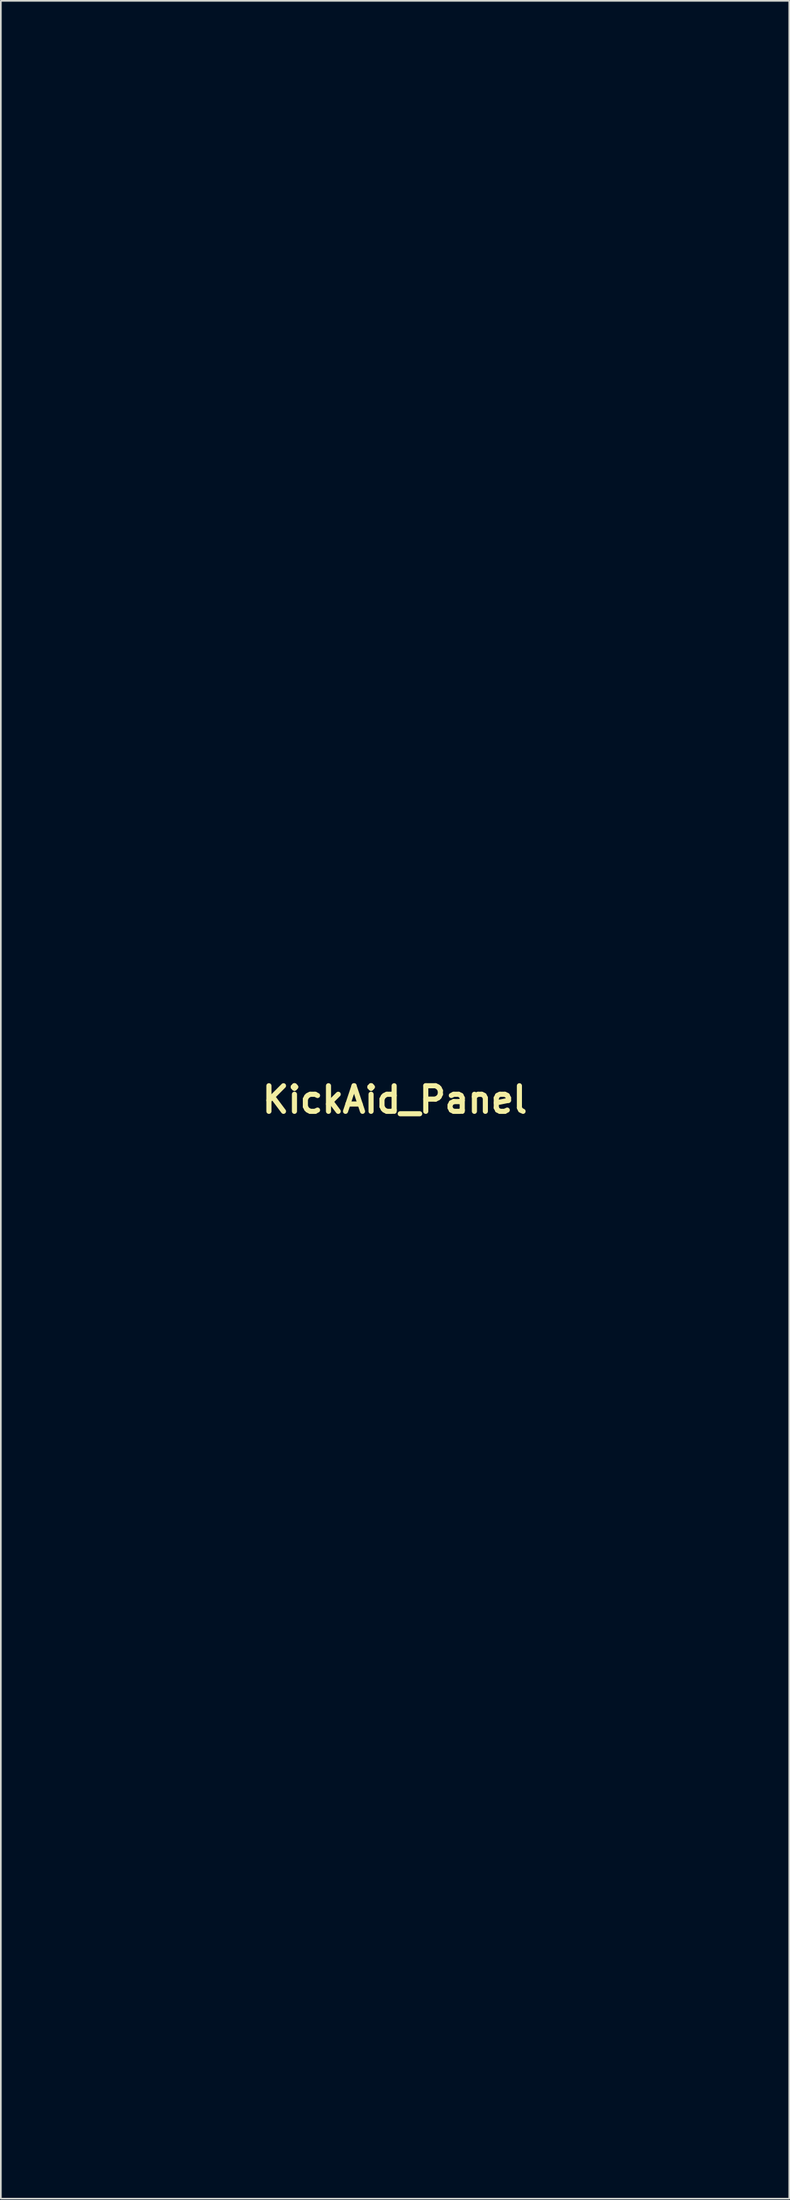
<source format=kicad_pcb>
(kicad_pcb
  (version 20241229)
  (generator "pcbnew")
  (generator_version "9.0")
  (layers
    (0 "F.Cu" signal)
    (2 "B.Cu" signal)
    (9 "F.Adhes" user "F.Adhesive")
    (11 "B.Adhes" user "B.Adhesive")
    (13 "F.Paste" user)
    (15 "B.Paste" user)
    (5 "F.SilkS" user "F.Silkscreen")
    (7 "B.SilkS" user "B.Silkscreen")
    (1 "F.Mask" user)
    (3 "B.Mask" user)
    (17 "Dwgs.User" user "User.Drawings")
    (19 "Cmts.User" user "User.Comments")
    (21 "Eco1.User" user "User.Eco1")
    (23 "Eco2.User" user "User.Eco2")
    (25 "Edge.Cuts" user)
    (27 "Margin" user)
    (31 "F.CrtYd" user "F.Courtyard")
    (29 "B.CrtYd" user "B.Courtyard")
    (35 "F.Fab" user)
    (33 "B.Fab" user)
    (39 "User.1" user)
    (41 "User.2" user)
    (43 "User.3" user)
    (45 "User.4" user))
  (footprint "KickAid_Panel"
    (layer "F.Cu")
    (at 20.139 61.483)
    (property "Reference" "KickAid_Panel" (at 0 0 0) (layer "F.SilkS") (effects (font (size 1.5 1.5) (thickness 0.3))))
    (attr board_only exclude_from_pos_files exclude_from_bom)
    (fp_poly (pts (xy 4.906 -18.639) (xy 4.89 -18.622) (xy 4.873 -18.639) (xy 4.89 -18.655)) (stroke (width 0) (type solid)) (fill yes) (layer "F.Mask"))
    (fp_poly (pts (xy -15.718 51.22) (xy -15.718 52.059) (xy -15.911 52.059) (xy -16.105 52.059) (xy -16.105 51.22) (xy -16.105 50.38) (xy -15.911 50.38) (xy -15.718 50.38)) (stroke (width 0) (type solid)) (fill yes) (layer "F.Mask"))
    (fp_poly (pts (xy -15.104 -61.257) (xy -15.104 -61.031) (xy -17.622 -61.031) (xy -20.139 -61.031) (xy -20.139 -61.257) (xy -20.139 -61.483) (xy -17.622 -61.483) (xy -15.104 -61.483)) (stroke (width 0) (type solid)) (fill yes) (layer "F.Mask"))
    (fp_poly (pts (xy -15.104 61.257) (xy -15.104 61.483) (xy -17.622 61.483) (xy -20.139 61.483) (xy -20.139 61.257) (xy -20.139 61.031) (xy -17.622 61.031) (xy -15.104 61.031)) (stroke (width 0) (type solid)) (fill yes) (layer "F.Mask"))
    (fp_poly (pts (xy -13.943 -46.992) (xy -13.943 -46.152) (xy -14.136 -46.152) (xy -14.33 -46.152) (xy -14.33 -46.992) (xy -14.33 -47.831) (xy -14.136 -47.831) (xy -13.943 -47.831)) (stroke (width 0) (type solid)) (fill yes) (layer "F.Mask"))
    (fp_poly (pts (xy -12.748 -19.655) (xy -12.748 -18.816) (xy -12.942 -18.816) (xy -13.136 -18.816) (xy -13.136 -19.655) (xy -13.136 -20.494) (xy -12.942 -20.494) (xy -12.748 -20.494)) (stroke (width 0) (type solid)) (fill yes) (layer "F.Mask"))
    (fp_poly (pts (xy -4.325 -58.126) (xy -4.325 -57.029) (xy -4.599 -57.029) (xy -4.873 -57.029) (xy -4.873 -58.126) (xy -4.873 -59.224) (xy -4.599 -59.224) (xy -4.325 -59.224)) (stroke (width 0) (type solid)) (fill yes) (layer "F.Mask"))
    (fp_poly (pts (xy -3.615 28.111) (xy -3.615 28.95) (xy -3.808 28.95) (xy -4.002 28.95) (xy -4.002 28.111) (xy -4.002 27.272) (xy -3.808 27.272) (xy -3.615 27.272)) (stroke (width 0) (type solid)) (fill yes) (layer "F.Mask"))
    (fp_poly (pts (xy 0.258 -17.977) (xy 0.258 -17.138) (xy 0.065 -17.138) (xy -0.129 -17.138) (xy -0.129 -17.977) (xy -0.129 -18.816) (xy 0.065 -18.816) (xy 0.258 -18.816)) (stroke (width 0) (type solid)) (fill yes) (layer "F.Mask"))
    (fp_poly (pts (xy 1.388 -41.473) (xy 1.388 -40.634) (xy 1.194 -40.634) (xy 1.001 -40.634) (xy 1.001 -41.473) (xy 1.001 -42.312) (xy 1.194 -42.312) (xy 1.388 -42.312)) (stroke (width 0) (type solid)) (fill yes) (layer "F.Mask"))
    (fp_poly (pts (xy 2.711 -36.562) (xy 2.953 -36.477) (xy -0.065 -36.477) (xy -3.082 -36.477) (xy -2.84 -36.562) (xy -2.598 -36.647) (xy -0.065 -36.647) (xy 2.469 -36.647)) (stroke (width 0) (type solid)) (fill yes) (layer "F.Mask"))
    (fp_poly (pts (xy 6.132 -58.126) (xy 6.132 -57.029) (xy 5.858 -57.029) (xy 5.583 -57.029) (xy 5.583 -58.126) (xy 5.583 -59.224) (xy 5.858 -59.224) (xy 6.132 -59.224)) (stroke (width 0) (type solid)) (fill yes) (layer "F.Mask"))
    (fp_poly (pts (xy 6.406 -19.72) (xy 6.314 -19.623) (xy 5.32 -19.623) (xy 4.326 -19.623) (xy 4.276 -19.72) (xy 4.226 -19.817) (xy 5.363 -19.817) (xy 6.499 -19.817)) (stroke (width 0) (type solid)) (fill yes) (layer "F.Mask"))
    (fp_poly (pts (xy 10.296 -61.257) (xy 10.296 -61.031) (xy 0.065 -61.031) (xy -10.166 -61.031) (xy -10.166 -61.257) (xy -10.166 -61.483) (xy 0.065 -61.483) (xy 10.296 -61.483)) (stroke (width 0) (type solid)) (fill yes) (layer "F.Mask"))
    (fp_poly (pts (xy 10.296 61.257) (xy 10.296 61.483) (xy 0.065 61.483) (xy -10.166 61.483) (xy -10.166 61.257) (xy -10.166 61.031) (xy 0.065 61.031) (xy 10.296 61.031)) (stroke (width 0) (type solid)) (fill yes) (layer "F.Mask"))
    (fp_poly (pts (xy 20.172 -61.257) (xy 20.172 -61.031) (xy 17.719 -61.031) (xy 15.266 -61.031) (xy 15.266 -61.257) (xy 15.266 -61.483) (xy 17.719 -61.483) (xy 20.172 -61.483)) (stroke (width 0) (type solid)) (fill yes) (layer "F.Mask"))
    (fp_poly (pts (xy 20.172 61.257) (xy 20.172 61.483) (xy 17.719 61.483) (xy 15.266 61.483) (xy 15.266 61.257) (xy 15.266 61.031) (xy 17.719 61.031) (xy 20.172 61.031)) (stroke (width 0) (type solid)) (fill yes) (layer "F.Mask"))
    (fp_poly (pts (xy 0.516 0.871) (xy 0.516 1.549) (xy 1.146 1.549) (xy 1.775 1.549) (xy 1.775 1.711) (xy 1.775 1.872) (xy 0.952 1.872) (xy 0.129 1.872) (xy 0.129 1.033) (xy 0.129 0.194) (xy 0.323 0.194) (xy 0.516 0.194)) (stroke (width 0) (type solid)) (fill yes) (layer "F.Mask"))
    (fp_poly (pts (xy 2.517 0.871) (xy 2.517 1.549) (xy 3.147 1.549) (xy 3.776 1.549) (xy 3.776 1.711) (xy 3.776 1.872) (xy 2.953 1.872) (xy 2.13 1.872) (xy 2.13 1.033) (xy 2.13 0.194) (xy 2.324 0.194) (xy 2.517 0.194)) (stroke (width 0) (type solid)) (fill yes) (layer "F.Mask"))
    (fp_poly (pts (xy 9.134 5.874) (xy 9.134 6.552) (xy 9.763 6.552) (xy 10.392 6.552) (xy 10.392 6.713) (xy 10.392 6.874) (xy 9.569 6.874) (xy 8.746 6.874) (xy 8.746 6.035) (xy 8.746 5.196) (xy 8.94 5.196) (xy 9.134 5.196)) (stroke (width 0) (type solid)) (fill yes) (layer "F.Mask"))
    (fp_poly (pts (xy -15.427 5.341) (xy -15.427 5.487) (xy -15.814 5.487) (xy -16.202 5.487) (xy -16.202 6.181) (xy -16.202 6.874) (xy -16.395 6.874) (xy -16.589 6.874) (xy -16.589 6.181) (xy -16.589 5.487) (xy -16.976 5.487) (xy -17.364 5.487) (xy -17.364 5.341) (xy -17.364 5.196) (xy -16.395 5.196) (xy -15.427 5.196)) (stroke (width 0) (type solid)) (fill yes) (layer "F.Mask"))
    (fp_poly (pts (xy -13.103 19.316) (xy -13.103 19.461) (xy -13.491 19.461) (xy -13.878 19.461) (xy -13.878 20.155) (xy -13.878 20.849) (xy -14.072 20.849) (xy -14.265 20.849) (xy -14.265 20.155) (xy -14.265 19.461) (xy -14.653 19.461) (xy -15.04 19.461) (xy -15.04 19.316) (xy -15.04 19.171) (xy -14.072 19.171) (xy -13.103 19.171)) (stroke (width 0) (type solid)) (fill yes) (layer "F.Mask"))
    (fp_poly (pts (xy -11.619 27.417) (xy -11.619 27.562) (xy -12.006 27.562) (xy -12.393 27.562) (xy -12.393 28.256) (xy -12.393 28.95) (xy -12.587 28.95) (xy -12.781 28.95) (xy -12.781 28.256) (xy -12.781 27.562) (xy -13.168 27.562) (xy -13.555 27.562) (xy -13.555 27.417) (xy -13.555 27.272) (xy -12.587 27.272) (xy -11.619 27.272)) (stroke (width 0) (type solid)) (fill yes) (layer "F.Mask"))
    (fp_poly (pts (xy -6.519 27.417) (xy -6.519 27.562) (xy -6.907 27.562) (xy -7.294 27.562) (xy -7.294 28.256) (xy -7.294 28.95) (xy -7.488 28.95) (xy -7.681 28.95) (xy -7.681 28.256) (xy -7.681 27.562) (xy -8.069 27.562) (xy -8.456 27.562) (xy -8.456 27.417) (xy -8.456 27.272) (xy -7.488 27.272) (xy -6.519 27.272)) (stroke (width 0) (type solid)) (fill yes) (layer "F.Mask"))
    (fp_poly (pts (xy 4.809 50.526) (xy 4.809 50.671) (xy 4.422 50.671) (xy 4.034 50.671) (xy 4.034 51.365) (xy 4.034 52.059) (xy 3.841 52.059) (xy 3.647 52.059) (xy 3.647 51.365) (xy 3.647 50.671) (xy 3.26 50.671) (xy 2.872 50.671) (xy 2.872 50.526) (xy 2.872 50.38) (xy 3.841 50.38) (xy 4.809 50.38)) (stroke (width 0) (type solid)) (fill yes) (layer "F.Mask"))
    (fp_poly (pts (xy 6.939 27.417) (xy 6.939 27.562) (xy 6.552 27.562) (xy 6.164 27.562) (xy 6.164 28.256) (xy 6.164 28.95) (xy 5.971 28.95) (xy 5.777 28.95) (xy 5.777 28.256) (xy 5.777 27.562) (xy 5.39 27.562) (xy 5.003 27.562) (xy 5.003 27.417) (xy 5.003 27.272) (xy 5.971 27.272) (xy 6.939 27.272)) (stroke (width 0) (type solid)) (fill yes) (layer "F.Mask"))
    (fp_poly (pts (xy 18.203 50.526) (xy 18.203 50.671) (xy 17.816 50.671) (xy 17.428 50.671) (xy 17.428 51.365) (xy 17.428 52.059) (xy 17.235 52.059) (xy 17.041 52.059) (xy 17.041 51.365) (xy 17.041 50.671) (xy 16.654 50.671) (xy 16.266 50.671) (xy 16.266 50.526) (xy 16.266 50.38) (xy 17.235 50.38) (xy 18.203 50.38)) (stroke (width 0) (type solid)) (fill yes) (layer "F.Mask"))
    (fp_poly (pts (xy -3.647 -11.119) (xy -3.647 -10.973) (xy -4.309 -10.973) (xy -4.97 -10.973) (xy -4.97 -10.747) (xy -4.97 -10.521) (xy -4.615 -10.521) (xy -4.26 -10.521) (xy -4.26 -10.376) (xy -4.26 -10.231) (xy -4.615 -10.231) (xy -4.97 -10.231) (xy -4.97 -9.908) (xy -4.97 -9.586) (xy -5.164 -9.586) (xy -5.358 -9.586) (xy -5.358 -10.425) (xy -5.358 -11.264) (xy -4.502 -11.264) (xy -3.647 -11.264)) (stroke (width 0) (type solid)) (fill yes) (layer "F.Mask"))
    (fp_poly (pts (xy -2.001 0.339) (xy -2.001 0.484) (xy -2.663 0.484) (xy -3.324 0.484) (xy -3.324 0.71) (xy -3.324 0.936) (xy -2.969 0.936) (xy -2.614 0.936) (xy -2.614 1.081) (xy -2.614 1.226) (xy -2.969 1.226) (xy -3.324 1.226) (xy -3.324 1.549) (xy -3.324 1.872) (xy -3.518 1.872) (xy -3.712 1.872) (xy -3.712 1.033) (xy -3.712 0.194) (xy -2.856 0.194) (xy -2.001 0.194)) (stroke (width 0) (type solid)) (fill yes) (layer "F.Mask"))
    (fp_poly (pts (xy 5.354 -19.235) (xy 5.521 -19.233) (xy 5.654 -19.231) (xy 5.742 -19.228) (xy 5.777 -19.224) (xy 5.777 -19.224) (xy 5.753 -19.2) (xy 5.692 -19.154) (xy 5.654 -19.127) (xy 5.602 -19.093) (xy 5.552 -19.069) (xy 5.491 -19.054) (xy 5.407 -19.046) (xy 5.285 -19.043) (xy 5.114 -19.042) (xy 5.09 -19.042) (xy 4.649 -19.042) (xy 4.599 -19.139) (xy 4.549 -19.236) (xy 5.163 -19.236)) (stroke (width 0) (type solid)) (fill yes) (layer "F.Mask"))
    (fp_poly (pts (xy 10.005 -20.349) (xy 10.005 -20.204) (xy 9.343 -20.204) (xy 8.682 -20.204) (xy 8.682 -19.978) (xy 8.682 -19.752) (xy 9.037 -19.752) (xy 9.392 -19.752) (xy 9.392 -19.607) (xy 9.392 -19.462) (xy 9.037 -19.462) (xy 8.682 -19.462) (xy 8.682 -19.139) (xy 8.682 -18.816) (xy 8.488 -18.816) (xy 8.295 -18.816) (xy 8.295 -19.655) (xy 8.295 -20.494) (xy 9.15 -20.494) (xy 10.005 -20.494)) (stroke (width 0) (type solid)) (fill yes) (layer "F.Mask"))
    (fp_poly (pts (xy 12.878 -47.686) (xy 12.878 -47.54) (xy 12.216 -47.54) (xy 11.554 -47.54) (xy 11.554 -47.314) (xy 11.554 -47.088) (xy 11.909 -47.088) (xy 12.264 -47.088) (xy 12.264 -46.943) (xy 12.264 -46.798) (xy 11.909 -46.798) (xy 11.554 -46.798) (xy 11.554 -46.475) (xy 11.554 -46.152) (xy 11.361 -46.152) (xy 11.167 -46.152) (xy 11.167 -46.992) (xy 11.167 -47.831) (xy 12.022 -47.831) (xy 12.878 -47.831)) (stroke (width 0) (type solid)) (fill yes) (layer "F.Mask"))
    (fp_poly (pts (xy -16.202 27.417) (xy -16.202 27.562) (xy -16.863 27.562) (xy -17.525 27.562) (xy -17.525 27.74) (xy -17.525 27.917) (xy -17.138 27.917) (xy -16.75 27.917) (xy -16.75 28.063) (xy -16.75 28.208) (xy -17.138 28.208) (xy -17.525 28.208) (xy -17.525 28.418) (xy -17.525 28.627) (xy -16.847 28.627) (xy -16.17 28.627) (xy -16.17 28.789) (xy -16.17 28.95) (xy -17.041 28.95) (xy -17.912 28.95) (xy -17.912 28.111) (xy -17.912 27.272) (xy -17.057 27.272) (xy -16.202 27.272)) (stroke (width 0) (type solid)) (fill yes) (layer "F.Mask"))
    (fp_poly (pts (xy -14.749 5.519) (xy -14.749 5.842) (xy -14.136 5.842) (xy -13.523 5.842) (xy -13.523 5.519) (xy -13.523 5.196) (xy -13.329 5.196) (xy -13.136 5.196) (xy -13.136 6.035) (xy -13.136 6.874) (xy -13.329 6.874) (xy -13.523 6.874) (xy -13.523 6.503) (xy -13.523 6.132) (xy -14.136 6.132) (xy -14.749 6.132) (xy -14.749 6.503) (xy -14.749 6.874) (xy -14.943 6.874) (xy -15.137 6.874) (xy -15.137 6.035) (xy -15.137 5.196) (xy -14.943 5.196) (xy -14.749 5.196)) (stroke (width 0) (type solid)) (fill yes) (layer "F.Mask"))
    (fp_poly (pts (xy -13.555 -50.138) (xy -13.555 -49.993) (xy -14.217 -49.993) (xy -14.879 -49.993) (xy -14.879 -49.816) (xy -14.879 -49.638) (xy -14.491 -49.638) (xy -14.104 -49.638) (xy -14.104 -49.493) (xy -14.104 -49.348) (xy -14.491 -49.348) (xy -14.879 -49.348) (xy -14.879 -49.138) (xy -14.879 -48.928) (xy -14.201 -48.928) (xy -13.523 -48.928) (xy -13.523 -48.767) (xy -13.523 -48.605) (xy -14.394 -48.605) (xy -15.266 -48.605) (xy -15.266 -49.444) (xy -15.266 -50.284) (xy -14.411 -50.284) (xy -13.555 -50.284)) (stroke (width 0) (type solid)) (fill yes) (layer "F.Mask"))
    (fp_poly (pts (xy -5.261 50.526) (xy -5.261 50.671) (xy -5.922 50.671) (xy -6.584 50.671) (xy -6.584 50.848) (xy -6.584 51.026) (xy -6.197 51.026) (xy -5.809 51.026) (xy -5.809 51.171) (xy -5.809 51.316) (xy -6.197 51.316) (xy -6.584 51.316) (xy -6.584 51.526) (xy -6.584 51.736) (xy -5.906 51.736) (xy -5.228 51.736) (xy -5.228 51.897) (xy -5.228 52.059) (xy -6.1 52.059) (xy -6.971 52.059) (xy -6.971 51.22) (xy -6.971 50.38) (xy -6.116 50.38) (xy -5.261 50.38)) (stroke (width 0) (type solid)) (fill yes) (layer "F.Mask"))
    (fp_poly (pts (xy 9.005 27.417) (xy 9.005 27.562) (xy 8.343 27.562) (xy 7.681 27.562) (xy 7.681 27.74) (xy 7.681 27.917) (xy 8.069 27.917) (xy 8.456 27.917) (xy 8.456 28.063) (xy 8.456 28.208) (xy 8.069 28.208) (xy 7.681 28.208) (xy 7.681 28.418) (xy 7.681 28.627) (xy 8.359 28.627) (xy 9.037 28.627) (xy 9.037 28.789) (xy 9.037 28.95) (xy 8.165 28.95) (xy 7.294 28.95) (xy 7.294 28.111) (xy 7.294 27.272) (xy 8.149 27.272) (xy 9.005 27.272)) (stroke (width 0) (type solid)) (fill yes) (layer "F.Mask"))
    (fp_poly (pts (xy 12.458 5.341) (xy 12.458 5.487) (xy 11.796 5.487) (xy 11.135 5.487) (xy 11.135 5.664) (xy 11.135 5.842) (xy 11.522 5.842) (xy 11.909 5.842) (xy 11.909 5.987) (xy 11.909 6.132) (xy 11.522 6.132) (xy 11.135 6.132) (xy 11.135 6.342) (xy 11.135 6.552) (xy 11.812 6.552) (xy 12.49 6.552) (xy 12.49 6.713) (xy 12.49 6.874) (xy 11.619 6.874) (xy 10.747 6.874) (xy 10.747 6.035) (xy 10.747 5.196) (xy 11.603 5.196) (xy 12.458 5.196)) (stroke (width 0) (type solid)) (fill yes) (layer "F.Mask"))
    (fp_poly (pts (xy 12.878 -50.138) (xy 12.878 -49.993) (xy 12.216 -49.993) (xy 11.554 -49.993) (xy 11.554 -49.816) (xy 11.554 -49.638) (xy 11.942 -49.638) (xy 12.329 -49.638) (xy 12.329 -49.493) (xy 12.329 -49.348) (xy 11.942 -49.348) (xy 11.554 -49.348) (xy 11.554 -49.138) (xy 11.554 -48.928) (xy 12.232 -48.928) (xy 12.91 -48.928) (xy 12.91 -48.767) (xy 12.91 -48.605) (xy 12.038 -48.605) (xy 11.167 -48.605) (xy 11.167 -49.444) (xy 11.167 -50.284) (xy 12.022 -50.284) (xy 12.878 -50.284)) (stroke (width 0) (type solid)) (fill yes) (layer "F.Mask"))
    (fp_poly (pts (xy 12.91 19.316) (xy 12.91 19.461) (xy 12.248 19.461) (xy 11.587 19.461) (xy 11.587 19.639) (xy 11.587 19.817) (xy 11.974 19.817) (xy 12.361 19.817) (xy 12.361 19.962) (xy 12.361 20.107) (xy 11.974 20.107) (xy 11.587 20.107) (xy 11.587 20.317) (xy 11.587 20.527) (xy 12.264 20.527) (xy 12.942 20.527) (xy 12.942 20.688) (xy 12.942 20.849) (xy 12.071 20.849) (xy 11.199 20.849) (xy 11.199 20.01) (xy 11.199 19.171) (xy 12.055 19.171) (xy 12.91 19.171)) (stroke (width 0) (type solid)) (fill yes) (layer "F.Mask"))
    (fp_poly (pts (xy 13.394 27.417) (xy 13.394 27.562) (xy 12.732 27.562) (xy 12.071 27.562) (xy 12.071 27.74) (xy 12.071 27.917) (xy 12.458 27.917) (xy 12.845 27.917) (xy 12.845 28.063) (xy 12.845 28.208) (xy 12.458 28.208) (xy 12.071 28.208) (xy 12.071 28.418) (xy 12.071 28.627) (xy 12.748 28.627) (xy 13.426 28.627) (xy 13.426 28.789) (xy 13.426 28.95) (xy 12.555 28.95) (xy 11.683 28.95) (xy 11.683 28.111) (xy 11.683 27.272) (xy 12.539 27.272) (xy 13.394 27.272)) (stroke (width 0) (type solid)) (fill yes) (layer "F.Mask"))
    (fp_poly (pts (xy 14.685 -11.119) (xy 14.685 -10.973) (xy 14.023 -10.973) (xy 13.362 -10.973) (xy 13.362 -10.796) (xy 13.362 -10.618) (xy 13.749 -10.618) (xy 14.136 -10.618) (xy 14.136 -10.473) (xy 14.136 -10.328) (xy 13.749 -10.328) (xy 13.362 -10.328) (xy 13.362 -10.118) (xy 13.362 -9.908) (xy 14.039 -9.908) (xy 14.717 -9.908) (xy 14.717 -9.747) (xy 14.717 -9.586) (xy 13.846 -9.586) (xy 12.974 -9.586) (xy 12.974 -10.425) (xy 12.974 -11.264) (xy 13.83 -11.264) (xy 14.685 -11.264)) (stroke (width 0) (type solid)) (fill yes) (layer "F.Mask"))
    (fp_poly (pts (xy 17.146 19.177) (xy 17.365 19.187) (xy 16.945 19.636) (xy 16.525 20.085) (xy 16.525 20.467) (xy 16.525 20.849) (xy 16.315 20.849) (xy 16.105 20.849) (xy 16.105 20.466) (xy 16.105 20.082) (xy 15.808 19.764) (xy 15.685 19.631) (xy 15.564 19.502) (xy 15.46 19.391) (xy 15.385 19.311) (xy 15.382 19.308) (xy 15.252 19.171) (xy 15.515 19.171) (xy 15.778 19.171) (xy 16.062 19.491) (xy 16.347 19.812) (xy 16.508 19.629) (xy 16.61 19.513) (xy 16.718 19.395) (xy 16.799 19.306) (xy 16.928 19.168)) (stroke (width 0) (type solid)) (fill yes) (layer "F.Mask"))
    (fp_poly (pts (xy -13.394 51.22) (xy -13.394 52.059) (xy -13.533 52.059) (xy -13.577 52.057) (xy -13.619 52.049) (xy -13.667 52.029) (xy -13.726 51.993) (xy -13.804 51.937) (xy -13.907 51.855) (xy -14.042 51.744) (xy -14.216 51.597) (xy -14.332 51.499) (xy -14.991 50.94) (xy -15 51.499) (xy -15.009 52.059) (xy -15.186 52.059) (xy -15.363 52.059) (xy -15.363 51.22) (xy -15.363 50.38) (xy -15.225 50.381) (xy -15.182 50.382) (xy -15.14 50.391) (xy -15.092 50.412) (xy -15.031 50.448) (xy -14.952 50.506) (xy -14.847 50.589) (xy -14.71 50.702) (xy -14.533 50.85) (xy -14.427 50.94) (xy -13.765 51.5) (xy -13.756 50.94) (xy -13.747 50.38) (xy -13.571 50.38) (xy -13.394 50.38)) (stroke (width 0) (type solid)) (fill yes) (layer "F.Mask"))
    (fp_poly (pts (xy -2.969 51.22) (xy -2.969 52.059) (xy -3.108 52.059) (xy -3.152 52.057) (xy -3.194 52.049) (xy -3.242 52.029) (xy -3.301 51.993) (xy -3.379 51.937) (xy -3.482 51.855) (xy -3.618 51.744) (xy -3.791 51.597) (xy -3.907 51.499) (xy -4.567 50.94) (xy -4.576 51.499) (xy -4.584 52.059) (xy -4.761 52.059) (xy -4.938 52.059) (xy -4.938 51.22) (xy -4.938 50.38) (xy -4.801 50.381) (xy -4.757 50.382) (xy -4.715 50.391) (xy -4.667 50.412) (xy -4.607 50.448) (xy -4.527 50.506) (xy -4.422 50.589) (xy -4.285 50.702) (xy -4.109 50.85) (xy -4.002 50.94) (xy -3.34 51.5) (xy -3.332 50.94) (xy -3.323 50.38) (xy -3.146 50.38) (xy -2.969 50.38)) (stroke (width 0) (type solid)) (fill yes) (layer "F.Mask"))
    (fp_poly (pts (xy -0.735 -58.792) (xy -0.726 -58.36) (xy -0.113 -58.79) (xy 0.5 -59.221) (xy 0.903 -59.222) (xy 1.305 -59.224) (xy 0.581 -58.739) (xy 0.388 -58.609) (xy 0.213 -58.491) (xy 0.062 -58.389) (xy -0.057 -58.307) (xy -0.137 -58.252) (xy -0.17 -58.227) (xy -0.17 -58.227) (xy -0.152 -58.203) (xy -0.086 -58.146) (xy 0.021 -58.062) (xy 0.162 -57.956) (xy 0.332 -57.832) (xy 0.525 -57.694) (xy 0.626 -57.623) (xy 1.449 -57.045) (xy 1.031 -57.036) (xy 0.612 -57.027) (xy -0.057 -57.511) (xy -0.726 -57.994) (xy -0.735 -57.512) (xy -0.744 -57.029) (xy -1.017 -57.029) (xy -1.291 -57.029) (xy -1.291 -58.126) (xy -1.291 -59.224) (xy -1.018 -59.224) (xy -0.744 -59.224)) (stroke (width 0) (type solid)) (fill yes) (layer "F.Mask"))
    (fp_poly (pts (xy 3.679 -41.473) (xy 3.679 -40.634) (xy 3.54 -40.634) (xy 3.496 -40.635) (xy 3.454 -40.644) (xy 3.407 -40.663) (xy 3.347 -40.699) (xy 3.269 -40.755) (xy 3.166 -40.837) (xy 3.031 -40.949) (xy 2.857 -41.095) (xy 2.741 -41.193) (xy 2.082 -41.752) (xy 2.073 -41.193) (xy 2.064 -40.634) (xy 1.887 -40.634) (xy 1.711 -40.634) (xy 1.711 -41.473) (xy 1.711 -42.312) (xy 1.848 -42.312) (xy 1.891 -42.31) (xy 1.933 -42.301) (xy 1.981 -42.281) (xy 2.042 -42.244) (xy 2.121 -42.187) (xy 2.226 -42.103) (xy 2.364 -41.99) (xy 2.54 -41.842) (xy 2.647 -41.752) (xy 3.308 -41.192) (xy 3.317 -41.752) (xy 3.326 -42.312) (xy 3.503 -42.312) (xy 3.679 -42.312)) (stroke (width 0) (type solid)) (fill yes) (layer "F.Mask"))
    (fp_poly (pts (xy 9.198 51.22) (xy 9.198 52.059) (xy 9.059 52.059) (xy 9.015 52.057) (xy 8.973 52.049) (xy 8.926 52.029) (xy 8.866 51.993) (xy 8.788 51.937) (xy 8.685 51.855) (xy 8.55 51.744) (xy 8.376 51.597) (xy 8.26 51.499) (xy 7.601 50.94) (xy 7.592 51.499) (xy 7.583 52.059) (xy 7.406 52.059) (xy 7.229 52.059) (xy 7.229 51.22) (xy 7.229 50.38) (xy 7.367 50.381) (xy 7.41 50.382) (xy 7.452 50.391) (xy 7.5 50.412) (xy 7.561 50.448) (xy 7.64 50.506) (xy 7.745 50.589) (xy 7.882 50.702) (xy 8.059 50.85) (xy 8.165 50.94) (xy 8.827 51.5) (xy 8.836 50.94) (xy 8.845 50.38) (xy 9.021 50.38) (xy 9.198 50.38)) (stroke (width 0) (type solid)) (fill yes) (layer "F.Mask"))
    (fp_poly (pts (xy 14.782 6.035) (xy 14.782 6.874) (xy 14.643 6.874) (xy 14.599 6.873) (xy 14.557 6.864) (xy 14.509 6.845) (xy 14.45 6.809) (xy 14.372 6.753) (xy 14.268 6.671) (xy 14.133 6.559) (xy 13.959 6.413) (xy 13.844 6.315) (xy 13.184 5.756) (xy 13.175 6.315) (xy 13.166 6.874) (xy 12.99 6.874) (xy 12.813 6.874) (xy 12.813 6.035) (xy 12.813 5.196) (xy 12.95 5.196) (xy 12.993 5.198) (xy 13.036 5.207) (xy 13.084 5.227) (xy 13.144 5.264) (xy 13.224 5.321) (xy 13.329 5.405) (xy 13.466 5.518) (xy 13.642 5.666) (xy 13.749 5.756) (xy 14.411 6.316) (xy 14.419 5.756) (xy 14.428 5.196) (xy 14.605 5.196) (xy 14.782 5.196)) (stroke (width 0) (type solid)) (fill yes) (layer "F.Mask"))
    (fp_poly (pts (xy 15.685 28.111) (xy 15.685 28.95) (xy 15.546 28.95) (xy 15.503 28.948) (xy 15.46 28.94) (xy 15.413 28.92) (xy 15.353 28.885) (xy 15.275 28.828) (xy 15.172 28.747) (xy 15.037 28.635) (xy 14.863 28.489) (xy 14.748 28.391) (xy 14.088 27.831) (xy 14.079 28.391) (xy 14.07 28.95) (xy 13.893 28.95) (xy 13.717 28.95) (xy 13.717 28.111) (xy 13.717 27.272) (xy 13.854 27.272) (xy 13.897 27.274) (xy 13.939 27.283) (xy 13.988 27.303) (xy 14.048 27.34) (xy 14.127 27.397) (xy 14.232 27.48) (xy 14.37 27.594) (xy 14.546 27.742) (xy 14.653 27.832) (xy 15.314 28.392) (xy 15.323 27.832) (xy 15.332 27.272) (xy 15.509 27.272) (xy 15.685 27.272)) (stroke (width 0) (type solid)) (fill yes) (layer "F.Mask"))
    (fp_poly (pts (xy -7.39 -14.813) (xy -7.22 -14.676) (xy -7.068 -14.552) (xy -6.941 -14.446) (xy -6.846 -14.364) (xy -6.79 -14.313) (xy -6.778 -14.298) (xy -6.802 -14.271) (xy -6.87 -14.21) (xy -6.975 -14.121) (xy -7.11 -14.009) (xy -7.268 -13.881) (xy -7.389 -13.784) (xy -8 -13.297) (xy -8.347 -13.297) (xy -8.502 -13.3) (xy -8.608 -13.307) (xy -8.661 -13.318) (xy -8.664 -13.327) (xy -8.63 -13.356) (xy -8.554 -13.418) (xy -8.445 -13.506) (xy -8.312 -13.613) (xy -8.186 -13.714) (xy -7.738 -14.072) (xy -9.694 -14.072) (xy -11.651 -14.072) (xy -11.651 -14.298) (xy -11.651 -14.524) (xy -9.694 -14.524) (xy -7.737 -14.524) (xy -8.212 -14.903) (xy -8.688 -15.282) (xy -8.345 -15.291) (xy -8.003 -15.3)) (stroke (width 0) (type solid)) (fill yes) (layer "F.Mask"))
    (fp_poly (pts (xy 1.776 -14.813) (xy 1.946 -14.676) (xy 2.098 -14.552) (xy 2.225 -14.446) (xy 2.32 -14.364) (xy 2.376 -14.313) (xy 2.388 -14.298) (xy 2.364 -14.271) (xy 2.296 -14.21) (xy 2.191 -14.121) (xy 2.056 -14.009) (xy 1.898 -13.881) (xy 1.777 -13.784) (xy 1.166 -13.297) (xy 0.819 -13.297) (xy 0.664 -13.3) (xy 0.558 -13.307) (xy 0.505 -13.318) (xy 0.502 -13.327) (xy 0.536 -13.356) (xy 0.612 -13.418) (xy 0.721 -13.506) (xy 0.854 -13.613) (xy 0.98 -13.714) (xy 1.428 -14.072) (xy -0.529 -14.072) (xy -2.485 -14.072) (xy -2.485 -14.298) (xy -2.485 -14.524) (xy -0.528 -14.524) (xy 1.429 -14.524) (xy 0.953 -14.903) (xy 0.478 -15.282) (xy 0.821 -15.291) (xy 1.163 -15.3)) (stroke (width 0) (type solid)) (fill yes) (layer "F.Mask"))
    (fp_poly (pts (xy 10.909 -14.813) (xy 11.08 -14.676) (xy 11.232 -14.552) (xy 11.359 -14.446) (xy 11.454 -14.364) (xy 11.51 -14.313) (xy 11.522 -14.298) (xy 11.498 -14.271) (xy 11.43 -14.21) (xy 11.325 -14.121) (xy 11.19 -14.009) (xy 11.032 -13.881) (xy 10.911 -13.784) (xy 10.3 -13.297) (xy 9.952 -13.297) (xy 9.798 -13.3) (xy 9.691 -13.307) (xy 9.638 -13.318) (xy 9.636 -13.327) (xy 9.67 -13.356) (xy 9.746 -13.418) (xy 9.855 -13.506) (xy 9.988 -13.613) (xy 10.114 -13.714) (xy 10.562 -14.072) (xy 8.605 -14.072) (xy 6.649 -14.072) (xy 6.649 -14.298) (xy 6.649 -14.524) (xy 8.606 -14.524) (xy 10.563 -14.524) (xy 10.087 -14.903) (xy 9.612 -15.282) (xy 9.954 -15.291) (xy 10.297 -15.3)) (stroke (width 0) (type solid)) (fill yes) (layer "F.Mask"))
    (fp_poly (pts (xy 16.719 27.871) (xy 17.05 28.471) (xy 17.144 28.299) (xy 17.194 28.207) (xy 17.265 28.074) (xy 17.35 27.916) (xy 17.439 27.748) (xy 17.464 27.7) (xy 17.691 27.272) (xy 17.886 27.272) (xy 17.998 27.276) (xy 18.055 27.289) (xy 18.064 27.312) (xy 18.045 27.35) (xy 17.998 27.437) (xy 17.929 27.565) (xy 17.842 27.727) (xy 17.74 27.914) (xy 17.627 28.12) (xy 17.614 28.143) (xy 17.182 28.934) (xy 17.039 28.944) (xy 16.896 28.953) (xy 16.428 28.139) (xy 16.308 27.93) (xy 16.199 27.74) (xy 16.104 27.574) (xy 16.029 27.441) (xy 15.976 27.348) (xy 15.951 27.302) (xy 15.949 27.298) (xy 15.973 27.285) (xy 16.046 27.276) (xy 16.153 27.272) (xy 16.164 27.272) (xy 16.389 27.272)) (stroke (width 0) (type solid)) (fill yes) (layer "F.Mask"))
    (fp_poly (pts (xy -1.581 24.787) (xy -1.581 25.465) (xy -1.033 25.465) (xy -0.484 25.465) (xy -0.484 24.787) (xy -0.484 24.109) (xy -0.272 24.109) (xy -0.059 24.109) (xy -0.072 24.843) (xy -0.076 25.057) (xy -0.083 25.252) (xy -0.09 25.417) (xy -0.098 25.543) (xy -0.106 25.619) (xy -0.11 25.635) (xy -0.138 25.682) (xy -0.179 25.718) (xy -0.241 25.745) (xy -0.331 25.764) (xy -0.458 25.777) (xy -0.629 25.784) (xy -0.851 25.786) (xy -1.023 25.787) (xy -1.289 25.785) (xy -1.496 25.781) (xy -1.648 25.773) (xy -1.749 25.761) (xy -1.806 25.746) (xy -1.807 25.746) (xy -1.856 25.717) (xy -1.894 25.679) (xy -1.922 25.626) (xy -1.942 25.548) (xy -1.956 25.439) (xy -1.963 25.289) (xy -1.967 25.091) (xy -1.968 24.836) (xy -1.968 24.827) (xy -1.969 24.109) (xy -1.775 24.109) (xy -1.581 24.109)) (stroke (width 0) (type solid)) (fill yes) (layer "F.Mask"))
    (fp_poly (pts (xy 14.427 51.058) (xy 14.427 51.736) (xy 14.975 51.736) (xy 15.524 51.736) (xy 15.524 51.058) (xy 15.524 50.38) (xy 15.736 50.38) (xy 15.949 50.38) (xy 15.937 51.115) (xy 15.932 51.329) (xy 15.926 51.523) (xy 15.918 51.689) (xy 15.91 51.814) (xy 15.902 51.89) (xy 15.898 51.907) (xy 15.87 51.953) (xy 15.829 51.99) (xy 15.767 52.017) (xy 15.677 52.036) (xy 15.55 52.048) (xy 15.38 52.055) (xy 15.157 52.058) (xy 14.985 52.058) (xy 14.719 52.057) (xy 14.512 52.052) (xy 14.36 52.044) (xy 14.259 52.033) (xy 14.202 52.018) (xy 14.201 52.017) (xy 14.152 51.988) (xy 14.114 51.951) (xy 14.086 51.897) (xy 14.066 51.82) (xy 14.052 51.71) (xy 14.045 51.56) (xy 14.041 51.362) (xy 14.04 51.108) (xy 14.04 51.099) (xy 14.039 50.38) (xy 14.233 50.38) (xy 14.427 50.38)) (stroke (width 0) (type solid)) (fill yes) (layer "F.Mask"))
    (fp_poly (pts (xy 7.091 15.726) (xy 7.087 16.052) (xy 7.082 16.321) (xy 7.076 16.54) (xy 7.068 16.716) (xy 7.06 16.857) (xy 7.049 16.97) (xy 7.036 17.062) (xy 7.021 17.138) (xy 6.9 17.559) (xy 6.739 17.93) (xy 6.537 18.252) (xy 6.293 18.527) (xy 6.005 18.756) (xy 5.673 18.94) (xy 5.295 19.079) (xy 4.869 19.175) (xy 4.526 19.218) (xy 4.293 19.239) (xy 4.293 19.014) (xy 4.293 18.788) (xy 4.478 18.769) (xy 4.897 18.706) (xy 5.262 18.611) (xy 5.577 18.48) (xy 5.845 18.314) (xy 6.07 18.108) (xy 6.255 17.863) (xy 6.352 17.686) (xy 6.424 17.531) (xy 6.484 17.381) (xy 6.532 17.228) (xy 6.57 17.064) (xy 6.599 16.881) (xy 6.621 16.671) (xy 6.635 16.427) (xy 6.644 16.139) (xy 6.648 15.8) (xy 6.649 15.533) (xy 6.649 14.556) (xy 6.878 14.556) (xy 7.106 14.556)) (stroke (width 0) (type solid)) (fill yes) (layer "F.Mask"))
    (fp_poly (pts (xy -15.897 19.172) (xy -15.702 19.173) (xy -15.229 20.011) (xy -14.756 20.849) (xy -14.978 20.849) (xy -15.2 20.849) (xy -15.298 20.656) (xy -15.396 20.462) (xy -15.922 20.462) (xy -16.448 20.462) (xy -16.541 20.656) (xy -16.633 20.849) (xy -16.835 20.849) (xy -17.037 20.849) (xy -16.778 20.389) (xy -16.668 20.194) (xy -16.642 20.147) (xy -16.261 20.147) (xy -16.235 20.157) (xy -16.158 20.165) (xy -16.04 20.17) (xy -15.916 20.172) (xy -15.56 20.172) (xy -15.708 19.889) (xy -15.775 19.764) (xy -15.835 19.658) (xy -15.878 19.587) (xy -15.892 19.567) (xy -15.917 19.562) (xy -15.952 19.595) (xy -16.004 19.673) (xy -16.078 19.803) (xy -16.09 19.824) (xy -16.157 19.95) (xy -16.213 20.054) (xy -16.25 20.125) (xy -16.261 20.147) (xy -16.642 20.147) (xy -16.548 19.98) (xy -16.43 19.77) (xy -16.328 19.588) (xy -16.306 19.55) (xy -16.093 19.171)) (stroke (width 0) (type solid)) (fill yes) (layer "F.Mask"))
    (fp_poly (pts (xy -1.277 0.195) (xy -1.081 0.196) (xy -0.608 1.034) (xy -0.135 1.872) (xy -0.358 1.872) (xy -0.58 1.872) (xy -0.678 1.678) (xy -0.776 1.485) (xy -1.302 1.485) (xy -1.828 1.485) (xy -1.92 1.678) (xy -2.013 1.872) (xy -2.215 1.872) (xy -2.417 1.872) (xy -2.158 1.412) (xy -2.048 1.216) (xy -2.021 1.169) (xy -1.641 1.169) (xy -1.615 1.179) (xy -1.537 1.187) (xy -1.42 1.193) (xy -1.296 1.194) (xy -0.94 1.194) (xy -1.088 0.912) (xy -1.155 0.787) (xy -1.214 0.681) (xy -1.258 0.61) (xy -1.272 0.589) (xy -1.296 0.584) (xy -1.332 0.618) (xy -1.384 0.696) (xy -1.457 0.825) (xy -1.469 0.847) (xy -1.537 0.972) (xy -1.592 1.077) (xy -1.629 1.147) (xy -1.641 1.169) (xy -2.021 1.169) (xy -1.927 1.002) (xy -1.81 0.793) (xy -1.707 0.611) (xy -1.686 0.573) (xy -1.473 0.194)) (stroke (width 0) (type solid)) (fill yes) (layer "F.Mask"))
    (fp_poly (pts (xy -0.341 -42.311) (xy -0.145 -42.31) (xy 0.328 -41.472) (xy 0.801 -40.634) (xy 0.578 -40.634) (xy 0.356 -40.634) (xy 0.258 -40.827) (xy 0.16 -41.021) (xy -0.366 -41.021) (xy -0.892 -41.021) (xy -0.984 -40.827) (xy -1.077 -40.634) (xy -1.279 -40.634) (xy -1.481 -40.634) (xy -1.222 -41.093) (xy -1.112 -41.289) (xy -1.085 -41.336) (xy -0.705 -41.336) (xy -0.679 -41.326) (xy -0.601 -41.318) (xy -0.484 -41.313) (xy -0.36 -41.311) (xy -0.004 -41.311) (xy -0.152 -41.594) (xy -0.219 -41.719) (xy -0.278 -41.824) (xy -0.322 -41.896) (xy -0.336 -41.916) (xy -0.36 -41.921) (xy -0.396 -41.888) (xy -0.448 -41.81) (xy -0.521 -41.68) (xy -0.533 -41.658) (xy -0.601 -41.533) (xy -0.657 -41.429) (xy -0.694 -41.358) (xy -0.705 -41.336) (xy -1.085 -41.336) (xy -0.991 -41.503) (xy -0.874 -41.713) (xy -0.771 -41.895) (xy -0.75 -41.933) (xy -0.537 -42.312)) (stroke (width 0) (type solid)) (fill yes) (layer "F.Mask"))
    (fp_poly (pts (xy 4.274 27.273) (xy 4.47 27.274) (xy 4.943 28.112) (xy 5.416 28.95) (xy 5.194 28.95) (xy 4.971 28.95) (xy 4.873 28.757) (xy 4.776 28.563) (xy 4.25 28.563) (xy 3.723 28.563) (xy 3.631 28.757) (xy 3.538 28.95) (xy 3.336 28.95) (xy 3.134 28.95) (xy 3.393 28.49) (xy 3.503 28.295) (xy 3.53 28.248) (xy 3.911 28.248) (xy 3.936 28.258) (xy 4.014 28.266) (xy 4.131 28.271) (xy 4.256 28.272) (xy 4.611 28.272) (xy 4.463 27.99) (xy 4.396 27.865) (xy 4.337 27.759) (xy 4.294 27.688) (xy 4.279 27.668) (xy 4.255 27.663) (xy 4.219 27.696) (xy 4.167 27.774) (xy 4.094 27.904) (xy 4.082 27.925) (xy 4.014 28.051) (xy 3.959 28.155) (xy 3.922 28.225) (xy 3.911 28.248) (xy 3.53 28.248) (xy 3.624 28.081) (xy 3.742 27.871) (xy 3.844 27.689) (xy 3.865 27.651) (xy 4.078 27.272)) (stroke (width 0) (type solid)) (fill yes) (layer "F.Mask"))
    (fp_poly (pts (xy -15.071 27.551) (xy -14.803 27.83) (xy -14.704 27.72) (xy -14.628 27.636) (xy -14.533 27.529) (xy -14.454 27.441) (xy -14.304 27.272) (xy -14.067 27.272) (xy -13.831 27.272) (xy -14.105 27.554) (xy -14.222 27.676) (xy -14.333 27.791) (xy -14.422 27.886) (xy -14.475 27.942) (xy -14.569 28.048) (xy -14.119 28.499) (xy -13.669 28.95) (xy -13.943 28.95) (xy -14.217 28.95) (xy -14.518 28.627) (xy -14.819 28.305) (xy -15.095 28.627) (xy -15.371 28.95) (xy -15.617 28.95) (xy -15.728 28.947) (xy -15.804 28.939) (xy -15.832 28.929) (xy -15.83 28.925) (xy -15.792 28.89) (xy -15.722 28.818) (xy -15.629 28.72) (xy -15.523 28.604) (xy -15.411 28.481) (xy -15.302 28.36) (xy -15.206 28.251) (xy -15.13 28.163) (xy -15.083 28.105) (xy -15.072 28.089) (xy -15.094 28.059) (xy -15.154 27.991) (xy -15.245 27.894) (xy -15.36 27.776) (xy -15.467 27.668) (xy -15.862 27.272) (xy -15.601 27.272) (xy -15.339 27.272)) (stroke (width 0) (type solid)) (fill yes) (layer "F.Mask"))
    (fp_poly (pts (xy -14.998 -47.824) (xy -14.723 -47.815) (xy -15.245 -47.442) (xy -15.404 -47.327) (xy -15.544 -47.223) (xy -15.656 -47.137) (xy -15.732 -47.074) (xy -15.765 -47.042) (xy -15.766 -47.04) (xy -15.741 -47.013) (xy -15.67 -46.955) (xy -15.562 -46.872) (xy -15.423 -46.768) (xy -15.262 -46.651) (xy -15.176 -46.589) (xy -14.586 -46.169) (xy -14.892 -46.159) (xy -15.197 -46.15) (xy -15.68 -46.506) (xy -15.833 -46.619) (xy -15.968 -46.717) (xy -16.077 -46.794) (xy -16.151 -46.844) (xy -16.182 -46.863) (xy -16.19 -46.832) (xy -16.196 -46.751) (xy -16.201 -46.631) (xy -16.202 -46.507) (xy -16.202 -46.152) (xy -16.395 -46.152) (xy -16.589 -46.152) (xy -16.589 -46.992) (xy -16.589 -47.831) (xy -16.395 -47.831) (xy -16.202 -47.831) (xy -16.202 -47.492) (xy -16.2 -47.353) (xy -16.196 -47.241) (xy -16.189 -47.171) (xy -16.183 -47.153) (xy -16.153 -47.172) (xy -16.08 -47.223) (xy -15.973 -47.302) (xy -15.841 -47.4) (xy -15.719 -47.493) (xy -15.273 -47.833)) (stroke (width 0) (type solid)) (fill yes) (layer "F.Mask"))
    (fp_poly (pts (xy -13.804 -20.488) (xy -13.529 -20.478) (xy -14.05 -20.106) (xy -14.21 -19.99) (xy -14.35 -19.886) (xy -14.462 -19.8) (xy -14.538 -19.738) (xy -14.571 -19.705) (xy -14.572 -19.703) (xy -14.547 -19.677) (xy -14.476 -19.619) (xy -14.368 -19.535) (xy -14.229 -19.432) (xy -14.067 -19.314) (xy -13.982 -19.253) (xy -13.392 -18.832) (xy -13.698 -18.823) (xy -14.003 -18.814) (xy -14.485 -19.17) (xy -14.639 -19.282) (xy -14.774 -19.38) (xy -14.883 -19.457) (xy -14.957 -19.508) (xy -14.988 -19.526) (xy -14.996 -19.496) (xy -15.002 -19.414) (xy -15.006 -19.294) (xy -15.008 -19.171) (xy -15.008 -18.816) (xy -15.201 -18.816) (xy -15.395 -18.816) (xy -15.395 -19.655) (xy -15.395 -20.494) (xy -15.201 -20.494) (xy -15.008 -20.494) (xy -15.008 -20.155) (xy -15.006 -20.016) (xy -15.002 -19.905) (xy -14.995 -19.834) (xy -14.989 -19.817) (xy -14.959 -19.835) (xy -14.886 -19.887) (xy -14.779 -19.965) (xy -14.647 -20.064) (xy -14.525 -20.157) (xy -14.079 -20.497)) (stroke (width 0) (type solid)) (fill yes) (layer "F.Mask"))
    (fp_poly (pts (xy -13.126 -11.257) (xy -12.851 -11.248) (xy -13.373 -10.875) (xy -13.532 -10.76) (xy -13.672 -10.656) (xy -13.784 -10.57) (xy -13.861 -10.507) (xy -13.893 -10.475) (xy -13.894 -10.473) (xy -13.869 -10.446) (xy -13.798 -10.388) (xy -13.69 -10.305) (xy -13.551 -10.201) (xy -13.39 -10.084) (xy -13.304 -10.022) (xy -12.714 -9.602) (xy -13.02 -9.592) (xy -13.325 -9.583) (xy -13.808 -9.939) (xy -13.961 -10.052) (xy -14.096 -10.15) (xy -14.205 -10.227) (xy -14.279 -10.278) (xy -14.31 -10.296) (xy -14.318 -10.265) (xy -14.324 -10.184) (xy -14.329 -10.064) (xy -14.33 -9.941) (xy -14.33 -9.586) (xy -14.524 -9.586) (xy -14.717 -9.586) (xy -14.717 -10.425) (xy -14.717 -11.264) (xy -14.524 -11.264) (xy -14.33 -11.264) (xy -14.33 -10.925) (xy -14.328 -10.786) (xy -14.324 -10.674) (xy -14.317 -10.604) (xy -14.311 -10.586) (xy -14.281 -10.605) (xy -14.208 -10.656) (xy -14.101 -10.735) (xy -13.969 -10.833) (xy -13.847 -10.926) (xy -13.401 -11.266)) (stroke (width 0) (type solid)) (fill yes) (layer "F.Mask"))
    (fp_poly (pts (xy -9.963 -47.824) (xy -9.688 -47.815) (xy -10.21 -47.442) (xy -10.369 -47.327) (xy -10.509 -47.223) (xy -10.621 -47.137) (xy -10.698 -47.074) (xy -10.731 -47.042) (xy -10.731 -47.04) (xy -10.706 -47.013) (xy -10.636 -46.955) (xy -10.527 -46.872) (xy -10.388 -46.768) (xy -10.227 -46.651) (xy -10.141 -46.589) (xy -9.551 -46.169) (xy -9.857 -46.159) (xy -10.162 -46.15) (xy -10.645 -46.506) (xy -10.798 -46.619) (xy -10.933 -46.717) (xy -11.042 -46.794) (xy -11.116 -46.844) (xy -11.147 -46.863) (xy -11.155 -46.832) (xy -11.162 -46.751) (xy -11.166 -46.631) (xy -11.167 -46.507) (xy -11.167 -46.152) (xy -11.361 -46.152) (xy -11.554 -46.152) (xy -11.554 -46.992) (xy -11.554 -47.831) (xy -11.361 -47.831) (xy -11.167 -47.831) (xy -11.167 -47.492) (xy -11.165 -47.353) (xy -11.161 -47.241) (xy -11.154 -47.171) (xy -11.149 -47.153) (xy -11.118 -47.172) (xy -11.045 -47.223) (xy -10.938 -47.302) (xy -10.807 -47.4) (xy -10.684 -47.493) (xy -10.238 -47.833)) (stroke (width 0) (type solid)) (fill yes) (layer "F.Mask"))
    (fp_poly (pts (xy -9.092 19.178) (xy -8.817 19.187) (xy -9.338 19.56) (xy -9.498 19.675) (xy -9.638 19.779) (xy -9.75 19.865) (xy -9.826 19.928) (xy -9.859 19.96) (xy -9.86 19.962) (xy -9.835 19.989) (xy -9.764 20.046) (xy -9.656 20.13) (xy -9.517 20.233) (xy -9.355 20.351) (xy -9.27 20.412) (xy -8.68 20.833) (xy -8.985 20.842) (xy -9.291 20.852) (xy -9.773 20.495) (xy -9.927 20.383) (xy -10.062 20.285) (xy -10.171 20.208) (xy -10.245 20.157) (xy -10.276 20.139) (xy -10.284 20.169) (xy -10.29 20.251) (xy -10.294 20.371) (xy -10.296 20.494) (xy -10.296 20.849) (xy -10.489 20.849) (xy -10.683 20.849) (xy -10.683 20.01) (xy -10.683 19.171) (xy -10.489 19.171) (xy -10.296 19.171) (xy -10.296 19.51) (xy -10.294 19.649) (xy -10.29 19.76) (xy -10.283 19.831) (xy -10.277 19.849) (xy -10.247 19.83) (xy -10.174 19.778) (xy -10.067 19.7) (xy -9.935 19.601) (xy -9.813 19.509) (xy -9.367 19.168)) (stroke (width 0) (type solid)) (fill yes) (layer "F.Mask"))
    (fp_poly (pts (xy -8.769 -20.488) (xy -8.494 -20.478) (xy -9.016 -20.106) (xy -9.175 -19.99) (xy -9.315 -19.886) (xy -9.427 -19.8) (xy -9.503 -19.738) (xy -9.536 -19.705) (xy -9.537 -19.703) (xy -9.512 -19.677) (xy -9.441 -19.619) (xy -9.333 -19.535) (xy -9.194 -19.432) (xy -9.033 -19.314) (xy -8.947 -19.253) (xy -8.357 -18.832) (xy -8.663 -18.823) (xy -8.968 -18.814) (xy -9.451 -19.17) (xy -9.604 -19.282) (xy -9.739 -19.38) (xy -9.848 -19.457) (xy -9.922 -19.508) (xy -9.953 -19.526) (xy -9.961 -19.496) (xy -9.967 -19.414) (xy -9.972 -19.294) (xy -9.973 -19.171) (xy -9.973 -18.816) (xy -10.166 -18.816) (xy -10.36 -18.816) (xy -10.36 -19.655) (xy -10.36 -20.494) (xy -10.166 -20.494) (xy -9.973 -20.494) (xy -9.973 -20.155) (xy -9.971 -20.016) (xy -9.967 -19.905) (xy -9.96 -19.834) (xy -9.954 -19.817) (xy -9.924 -19.835) (xy -9.851 -19.887) (xy -9.744 -19.965) (xy -9.612 -20.064) (xy -9.49 -20.157) (xy -9.044 -20.497)) (stroke (width 0) (type solid)) (fill yes) (layer "F.Mask"))
    (fp_poly (pts (xy -7.714 -59.158) (xy -7.714 -58.607) (xy -6.989 -59.158) (xy -6.265 -59.708) (xy -5.806 -59.708) (xy -5.347 -59.708) (xy -6.222 -59.086) (xy -6.431 -58.938) (xy -6.622 -58.801) (xy -6.789 -58.68) (xy -6.926 -58.58) (xy -7.027 -58.506) (xy -7.086 -58.461) (xy -7.098 -58.449) (xy -7.073 -58.427) (xy -7.001 -58.373) (xy -6.888 -58.289) (xy -6.739 -58.181) (xy -6.562 -58.052) (xy -6.36 -57.907) (xy -6.141 -57.751) (xy -6.131 -57.744) (xy -5.912 -57.587) (xy -5.709 -57.442) (xy -5.53 -57.313) (xy -5.38 -57.204) (xy -5.266 -57.12) (xy -5.191 -57.065) (xy -5.164 -57.042) (xy -5.164 -57.042) (xy -5.194 -57.038) (xy -5.278 -57.034) (xy -5.405 -57.031) (xy -5.562 -57.03) (xy -5.656 -57.03) (xy -6.148 -57.03) (xy -6.931 -57.61) (xy -7.714 -58.189) (xy -7.714 -57.609) (xy -7.714 -57.029) (xy -8.036 -57.029) (xy -8.359 -57.029) (xy -8.359 -58.368) (xy -8.359 -59.708) (xy -8.036 -59.708) (xy -7.714 -59.708)) (stroke (width 0) (type solid)) (fill yes) (layer "F.Mask"))
    (fp_poly (pts (xy 1.324 -18.537) (xy 1.592 -18.258) (xy 1.692 -18.368) (xy 1.767 -18.452) (xy 1.863 -18.559) (xy 1.941 -18.647) (xy 2.092 -18.816) (xy 2.328 -18.816) (xy 2.564 -18.816) (xy 2.29 -18.534) (xy 2.173 -18.412) (xy 2.063 -18.297) (xy 1.973 -18.202) (xy 1.921 -18.145) (xy 1.826 -18.04) (xy 2.276 -17.589) (xy 2.726 -17.138) (xy 2.452 -17.138) (xy 2.179 -17.138) (xy 1.878 -17.461) (xy 1.577 -17.783) (xy 1.301 -17.46) (xy 1.025 -17.138) (xy 0.779 -17.138) (xy 0.667 -17.141) (xy 0.591 -17.149) (xy 0.563 -17.159) (xy 0.565 -17.162) (xy 0.604 -17.198) (xy 0.674 -17.27) (xy 0.766 -17.368) (xy 0.872 -17.484) (xy 0.984 -17.607) (xy 1.093 -17.728) (xy 1.19 -17.837) (xy 1.266 -17.925) (xy 1.313 -17.983) (xy 1.323 -17.999) (xy 1.302 -18.029) (xy 1.241 -18.097) (xy 1.15 -18.194) (xy 1.035 -18.312) (xy 0.928 -18.42) (xy 0.533 -18.816) (xy 0.795 -18.816) (xy 1.056 -18.816)) (stroke (width 0) (type solid)) (fill yes) (layer "F.Mask"))
    (fp_poly (pts (xy 4.044 24.116) (xy 4.319 24.125) (xy 3.797 24.498) (xy 3.638 24.613) (xy 3.498 24.717) (xy 3.386 24.803) (xy 3.309 24.866) (xy 3.277 24.898) (xy 3.276 24.9) (xy 3.301 24.927) (xy 3.372 24.984) (xy 3.48 25.068) (xy 3.619 25.171) (xy 3.78 25.289) (xy 3.866 25.35) (xy 4.456 25.771) (xy 4.15 25.78) (xy 3.845 25.79) (xy 3.362 25.433) (xy 3.209 25.321) (xy 3.074 25.223) (xy 2.965 25.146) (xy 2.891 25.095) (xy 2.86 25.077) (xy 2.852 25.107) (xy 2.846 25.189) (xy 2.841 25.309) (xy 2.84 25.432) (xy 2.84 25.787) (xy 2.647 25.787) (xy 2.453 25.787) (xy 2.453 24.948) (xy 2.453 24.109) (xy 2.647 24.109) (xy 2.84 24.109) (xy 2.84 24.448) (xy 2.842 24.587) (xy 2.846 24.698) (xy 2.853 24.769) (xy 2.859 24.787) (xy 2.889 24.768) (xy 2.962 24.716) (xy 3.069 24.638) (xy 3.201 24.539) (xy 3.323 24.447) (xy 3.769 24.106)) (stroke (width 0) (type solid)) (fill yes) (layer "F.Mask"))
    (fp_poly (pts (xy 8.746 0.126) (xy 8.746 0.355) (xy 8.206 0.356) (xy 7.921 0.36) (xy 7.687 0.373) (xy 7.489 0.398) (xy 7.313 0.437) (xy 7.146 0.493) (xy 6.973 0.568) (xy 6.939 0.584) (xy 6.665 0.718) (xy 3.711 3.667) (xy 0.756 6.617) (xy 0.596 6.454) (xy 0.436 6.292) (xy 3.405 3.328) (xy 3.846 2.888) (xy 4.243 2.491) (xy 4.599 2.136) (xy 4.918 1.819) (xy 5.202 1.537) (xy 5.453 1.29) (xy 5.674 1.074) (xy 5.867 0.887) (xy 6.036 0.726) (xy 6.183 0.589) (xy 6.31 0.475) (xy 6.421 0.38) (xy 6.517 0.302) (xy 6.602 0.239) (xy 6.677 0.188) (xy 6.747 0.147) (xy 6.812 0.113) (xy 6.877 0.086) (xy 6.943 0.06) (xy 7.013 0.036) (xy 7.084 0.012) (xy 7.173 -0.018) (xy 7.253 -0.04) (xy 7.335 -0.057) (xy 7.43 -0.069) (xy 7.549 -0.077) (xy 7.705 -0.083) (xy 7.908 -0.088) (xy 8.044 -0.09) (xy 8.746 -0.103)) (stroke (width 0) (type solid)) (fill yes) (layer "F.Mask"))
    (fp_poly (pts (xy 10.974 -20.215) (xy 11.242 -19.936) (xy 11.342 -20.046) (xy 11.417 -20.13) (xy 11.513 -20.237) (xy 11.591 -20.325) (xy 11.742 -20.494) (xy 11.978 -20.494) (xy 12.215 -20.494) (xy 11.94 -20.212) (xy 11.823 -20.091) (xy 11.713 -19.976) (xy 11.623 -19.881) (xy 11.571 -19.824) (xy 11.476 -19.718) (xy 11.926 -19.267) (xy 12.376 -18.816) (xy 12.102 -18.816) (xy 11.829 -18.816) (xy 11.528 -19.139) (xy 11.227 -19.461) (xy 10.951 -19.139) (xy 10.675 -18.816) (xy 10.429 -18.817) (xy 10.317 -18.82) (xy 10.241 -18.827) (xy 10.213 -18.838) (xy 10.215 -18.841) (xy 10.254 -18.876) (xy 10.324 -18.948) (xy 10.416 -19.047) (xy 10.523 -19.162) (xy 10.634 -19.285) (xy 10.743 -19.406) (xy 10.84 -19.515) (xy 10.916 -19.603) (xy 10.963 -19.661) (xy 10.973 -19.678) (xy 10.952 -19.708) (xy 10.891 -19.775) (xy 10.8 -19.872) (xy 10.685 -19.991) (xy 10.578 -20.098) (xy 10.184 -20.494) (xy 10.445 -20.494) (xy 10.706 -20.494)) (stroke (width 0) (type solid)) (fill yes) (layer "F.Mask"))
    (fp_poly (pts (xy 13.847 -47.552) (xy 14.115 -47.272) (xy 14.214 -47.383) (xy 14.29 -47.467) (xy 14.385 -47.573) (xy 14.464 -47.662) (xy 14.614 -47.831) (xy 14.851 -47.831) (xy 15.087 -47.831) (xy 14.813 -47.548) (xy 14.695 -47.427) (xy 14.585 -47.312) (xy 14.496 -47.217) (xy 14.443 -47.16) (xy 14.348 -47.055) (xy 14.799 -46.604) (xy 15.249 -46.152) (xy 14.975 -46.153) (xy 14.701 -46.153) (xy 14.4 -46.475) (xy 14.099 -46.798) (xy 13.823 -46.475) (xy 13.547 -46.152) (xy 13.301 -46.153) (xy 13.19 -46.156) (xy 13.114 -46.164) (xy 13.086 -46.174) (xy 13.088 -46.177) (xy 13.126 -46.213) (xy 13.196 -46.285) (xy 13.288 -46.383) (xy 13.395 -46.499) (xy 13.507 -46.622) (xy 13.615 -46.743) (xy 13.712 -46.852) (xy 13.788 -46.94) (xy 13.835 -46.997) (xy 13.846 -47.014) (xy 13.824 -47.044) (xy 13.764 -47.111) (xy 13.672 -47.208) (xy 13.558 -47.327) (xy 13.451 -47.435) (xy 13.056 -47.831) (xy 13.317 -47.831) (xy 13.579 -47.831)) (stroke (width 0) (type solid)) (fill yes) (layer "F.Mask"))
    (fp_poly (pts (xy -2.908 -13.017) (xy -2.839 -12.953) (xy -2.736 -12.852) (xy -2.601 -12.72) (xy -2.441 -12.561) (xy -2.26 -12.38) (xy -2.062 -12.181) (xy -1.853 -11.97) (xy -1.638 -11.752) (xy -1.421 -11.531) (xy -1.206 -11.313) (xy -0.999 -11.101) (xy -0.805 -10.901) (xy -0.628 -10.719) (xy -0.473 -10.557) (xy -0.344 -10.423) (xy -0.248 -10.319) (xy -0.187 -10.252) (xy -0.171 -10.231) (xy 0.029 -9.878) (xy 0.158 -9.542) (xy 0.202 -9.393) (xy 0.224 -9.294) (xy 0.216 -9.236) (xy 0.176 -9.208) (xy 0.097 -9.199) (xy 0.005 -9.198) (xy -0.215 -9.198) (xy -0.271 -9.4) (xy -0.298 -9.494) (xy -0.327 -9.58) (xy -0.361 -9.662) (xy -0.403 -9.745) (xy -0.458 -9.834) (xy -0.529 -9.931) (xy -0.619 -10.042) (xy -0.732 -10.171) (xy -0.872 -10.322) (xy -1.042 -10.5) (xy -1.245 -10.709) (xy -1.486 -10.952) (xy -1.767 -11.236) (xy -1.897 -11.366) (xy -3.236 -12.71) (xy -3.095 -12.875) (xy -3.021 -12.957) (xy -2.964 -13.017) (xy -2.936 -13.039)) (stroke (width 0) (type solid)) (fill yes) (layer "F.Mask"))
    (fp_poly (pts (xy -1.882 -18.317) (xy -1.763 -18.163) (xy -1.658 -18.028) (xy -1.572 -17.921) (xy -1.512 -17.848) (xy -1.483 -17.817) (xy -1.482 -17.817) (xy -1.458 -17.841) (xy -1.403 -17.91) (xy -1.321 -18.015) (xy -1.22 -18.148) (xy -1.106 -18.301) (xy -1.095 -18.316) (xy -0.726 -18.816) (xy -0.573 -18.816) (xy -0.42 -18.816) (xy -0.42 -17.977) (xy -0.42 -17.138) (xy -0.598 -17.138) (xy -0.777 -17.138) (xy -0.768 -17.721) (xy -0.766 -17.947) (xy -0.767 -18.11) (xy -0.773 -18.212) (xy -0.782 -18.254) (xy -0.791 -18.251) (xy -0.84 -18.175) (xy -0.916 -18.069) (xy -1.009 -17.944) (xy -1.112 -17.808) (xy -1.217 -17.673) (xy -1.316 -17.548) (xy -1.401 -17.444) (xy -1.465 -17.371) (xy -1.499 -17.338) (xy -1.501 -17.337) (xy -1.537 -17.359) (xy -1.604 -17.428) (xy -1.698 -17.54) (xy -1.814 -17.688) (xy -1.895 -17.795) (xy -2.243 -18.262) (xy -2.252 -17.7) (xy -2.261 -17.138) (xy -2.421 -17.138) (xy -2.582 -17.138) (xy -2.582 -17.977) (xy -2.582 -18.816) (xy -2.422 -18.816) (xy -2.262 -18.816)) (stroke (width 0) (type solid)) (fill yes) (layer "F.Mask"))
    (fp_poly (pts (xy -3.431 24.111) (xy -3.216 24.118) (xy -3.046 24.131) (xy -2.912 24.152) (xy -2.805 24.184) (xy -2.715 24.227) (xy -2.633 24.283) (xy -2.605 24.305) (xy -2.477 24.434) (xy -2.395 24.58) (xy -2.352 24.758) (xy -2.342 24.932) (xy -2.361 25.169) (xy -2.424 25.362) (xy -2.532 25.521) (xy -2.609 25.595) (xy -2.69 25.655) (xy -2.777 25.701) (xy -2.877 25.736) (xy -3.002 25.76) (xy -3.161 25.776) (xy -3.362 25.784) (xy -3.615 25.787) (xy -3.701 25.787) (xy -4.357 25.787) (xy -4.357 24.948) (xy -4.357 24.933) (xy -3.97 24.933) (xy -3.97 25.473) (xy -3.541 25.458) (xy -3.346 25.45) (xy -3.203 25.438) (xy -3.099 25.421) (xy -3.019 25.397) (xy -2.985 25.382) (xy -2.857 25.291) (xy -2.777 25.165) (xy -2.74 24.997) (xy -2.737 24.916) (xy -2.76 24.728) (xy -2.826 24.58) (xy -2.934 24.478) (xy -2.96 24.463) (xy -3.043 24.441) (xy -3.186 24.423) (xy -3.389 24.41) (xy -3.51 24.406) (xy -3.97 24.393) (xy -3.97 24.933) (xy -4.357 24.933) (xy -4.357 24.109) (xy -3.701 24.109)) (stroke (width 0) (type solid)) (fill yes) (layer "F.Mask"))
    (fp_poly (pts (xy -1.656 50.382) (xy -1.441 50.389) (xy -1.271 50.402) (xy -1.137 50.424) (xy -1.03 50.455) (xy -0.94 50.498) (xy -0.858 50.554) (xy -0.83 50.576) (xy -0.702 50.706) (xy -0.62 50.852) (xy -0.577 51.029) (xy -0.567 51.203) (xy -0.586 51.44) (xy -0.648 51.634) (xy -0.757 51.793) (xy -0.834 51.866) (xy -0.915 51.926) (xy -1.001 51.973) (xy -1.102 52.007) (xy -1.227 52.031) (xy -1.386 52.047) (xy -1.587 52.055) (xy -1.84 52.059) (xy -1.926 52.059) (xy -2.582 52.059) (xy -2.582 51.22) (xy -2.582 51.205) (xy -2.195 51.205) (xy -2.195 51.744) (xy -1.766 51.73) (xy -1.571 51.721) (xy -1.428 51.709) (xy -1.324 51.692) (xy -1.244 51.668) (xy -1.21 51.653) (xy -1.082 51.562) (xy -1.001 51.436) (xy -0.965 51.268) (xy -0.962 51.188) (xy -0.984 50.999) (xy -1.051 50.851) (xy -1.159 50.749) (xy -1.185 50.735) (xy -1.267 50.712) (xy -1.411 50.694) (xy -1.614 50.682) (xy -1.735 50.678) (xy -2.195 50.665) (xy -2.195 51.205) (xy -2.582 51.205) (xy -2.582 50.38) (xy -1.926 50.38)) (stroke (width 0) (type solid)) (fill yes) (layer "F.Mask"))
    (fp_poly (pts (xy 9.769 19.173) (xy 9.985 19.18) (xy 10.154 19.193) (xy 10.288 19.214) (xy 10.395 19.246) (xy 10.485 19.289) (xy 10.568 19.345) (xy 10.595 19.367) (xy 10.723 19.496) (xy 10.805 19.642) (xy 10.848 19.82) (xy 10.858 19.994) (xy 10.839 20.231) (xy 10.777 20.424) (xy 10.668 20.583) (xy 10.591 20.657) (xy 10.51 20.717) (xy 10.424 20.763) (xy 10.323 20.798) (xy 10.198 20.822) (xy 10.04 20.838) (xy 9.838 20.846) (xy 9.585 20.849) (xy 9.499 20.849) (xy 8.843 20.849) (xy 8.843 20.01) (xy 8.843 19.995) (xy 9.23 19.995) (xy 9.23 20.535) (xy 9.66 20.52) (xy 9.854 20.512) (xy 9.997 20.5) (xy 10.102 20.483) (xy 10.181 20.459) (xy 10.215 20.444) (xy 10.343 20.353) (xy 10.424 20.227) (xy 10.46 20.059) (xy 10.463 19.978) (xy 10.441 19.79) (xy 10.374 19.642) (xy 10.267 19.54) (xy 10.24 19.525) (xy 10.158 19.503) (xy 10.014 19.485) (xy 9.811 19.472) (xy 9.69 19.468) (xy 9.23 19.455) (xy 9.23 19.995) (xy 8.843 19.995) (xy 8.843 19.171) (xy 9.499 19.171)) (stroke (width 0) (type solid)) (fill yes) (layer "F.Mask"))
    (fp_poly (pts (xy -7.012 13.853) (xy -6.64 13.855) (xy -6.328 13.858) (xy -6.068 13.86) (xy -5.855 13.863) (xy -5.683 13.867) (xy -5.546 13.871) (xy -5.438 13.877) (xy -5.354 13.885) (xy -5.287 13.894) (xy -5.231 13.905) (xy -5.181 13.918) (xy -5.131 13.934) (xy -5.116 13.939) (xy -4.95 13.998) (xy -4.801 14.06) (xy -4.66 14.13) (xy -4.522 14.215) (xy -4.377 14.319) (xy -4.221 14.447) (xy -4.045 14.605) (xy -3.842 14.798) (xy -3.605 15.032) (xy -3.502 15.135) (xy -2.857 15.782) (xy -3.018 15.942) (xy -3.179 16.103) (xy -3.921 15.368) (xy -4.132 15.161) (xy -4.303 14.993) (xy -4.442 14.861) (xy -4.555 14.759) (xy -4.648 14.68) (xy -4.727 14.619) (xy -4.798 14.572) (xy -4.869 14.532) (xy -4.906 14.513) (xy -5.001 14.467) (xy -5.09 14.428) (xy -5.179 14.396) (xy -5.274 14.369) (xy -5.382 14.348) (xy -5.508 14.331) (xy -5.659 14.319) (xy -5.841 14.31) (xy -6.06 14.304) (xy -6.324 14.301) (xy -6.637 14.299) (xy -7.007 14.298) (xy -7.141 14.298) (xy -8.682 14.298) (xy -8.682 14.07) (xy -8.682 13.842)) (stroke (width 0) (type solid)) (fill yes) (layer "F.Mask"))
    (fp_poly (pts (xy 8.746 14.07) (xy 8.746 14.298) (xy 7.189 14.298) (xy 6.798 14.299) (xy 6.465 14.3) (xy 6.185 14.303) (xy 5.95 14.308) (xy 5.755 14.315) (xy 5.593 14.326) (xy 5.459 14.341) (xy 5.345 14.36) (xy 5.247 14.385) (xy 5.157 14.415) (xy 5.069 14.451) (xy 4.977 14.494) (xy 4.938 14.514) (xy 4.865 14.552) (xy 4.795 14.595) (xy 4.72 14.648) (xy 4.635 14.717) (xy 4.533 14.808) (xy 4.407 14.925) (xy 4.252 15.074) (xy 4.061 15.261) (xy 3.952 15.369) (xy 3.208 16.104) (xy 3.049 15.943) (xy 2.89 15.781) (xy 3.535 15.134) (xy 3.787 14.884) (xy 4.002 14.676) (xy 4.188 14.505) (xy 4.351 14.365) (xy 4.499 14.253) (xy 4.639 14.161) (xy 4.778 14.086) (xy 4.923 14.021) (xy 5.082 13.962) (xy 5.148 13.939) (xy 5.199 13.922) (xy 5.248 13.908) (xy 5.301 13.897) (xy 5.364 13.887) (xy 5.442 13.879) (xy 5.542 13.873) (xy 5.669 13.868) (xy 5.829 13.864) (xy 6.028 13.861) (xy 6.272 13.859) (xy 6.567 13.856) (xy 6.918 13.854) (xy 7.06 13.853) (xy 8.746 13.842)) (stroke (width 0) (type solid)) (fill yes) (layer "F.Mask"))
    (fp_poly (pts (xy 12.638 50.387) (xy 12.894 50.39) (xy 13.094 50.393) (xy 13.245 50.397) (xy 13.355 50.402) (xy 13.432 50.41) (xy 13.484 50.421) (xy 13.519 50.435) (xy 13.545 50.453) (xy 13.562 50.47) (xy 13.587 50.497) (xy 13.605 50.527) (xy 13.618 50.57) (xy 13.627 50.634) (xy 13.632 50.73) (xy 13.635 50.865) (xy 13.636 51.049) (xy 13.636 51.22) (xy 13.636 51.445) (xy 13.634 51.615) (xy 13.631 51.739) (xy 13.625 51.825) (xy 13.615 51.883) (xy 13.601 51.921) (xy 13.581 51.95) (xy 13.562 51.969) (xy 13.539 51.991) (xy 13.511 52.008) (xy 13.473 52.022) (xy 13.415 52.031) (xy 13.329 52.038) (xy 13.209 52.043) (xy 13.046 52.047) (xy 12.832 52.05) (xy 12.638 52.052) (xy 11.787 52.062) (xy 11.695 51.982) (xy 11.603 51.903) (xy 11.603 51.22) (xy 11.603 51.203) (xy 11.974 51.203) (xy 11.974 51.736) (xy 12.619 51.736) (xy 13.265 51.736) (xy 13.265 51.203) (xy 13.265 50.671) (xy 12.619 50.671) (xy 11.974 50.671) (xy 11.974 51.203) (xy 11.603 51.203) (xy 11.603 50.536) (xy 11.695 50.457) (xy 11.787 50.377)) (stroke (width 0) (type solid)) (fill yes) (layer "F.Mask"))
    (fp_poly (pts (xy 4.536 -58.474) (xy 4.685 -58.213) (xy 4.827 -57.965) (xy 4.957 -57.738) (xy 5.071 -57.537) (xy 5.167 -57.37) (xy 5.24 -57.242) (xy 5.288 -57.16) (xy 5.303 -57.134) (xy 5.364 -57.029) (xy 5.008 -57.029) (xy 4.653 -57.029) (xy 4.496 -57.311) (xy 4.339 -57.594) (xy 3.495 -57.602) (xy 2.65 -57.611) (xy 2.5 -57.32) (xy 2.349 -57.029) (xy 2.032 -57.029) (xy 1.715 -57.029) (xy 2.009 -57.553) (xy 2.108 -57.729) (xy 2.231 -57.947) (xy 2.323 -58.111) (xy 2.937 -58.111) (xy 2.968 -58.105) (xy 3.052 -58.101) (xy 3.181 -58.097) (xy 3.343 -58.095) (xy 3.504 -58.094) (xy 4.072 -58.094) (xy 3.807 -58.602) (xy 3.72 -58.768) (xy 3.642 -58.914) (xy 3.58 -59.031) (xy 3.537 -59.108) (xy 3.519 -59.136) (xy 3.5 -59.115) (xy 3.456 -59.048) (xy 3.393 -58.945) (xy 3.317 -58.818) (xy 3.235 -58.676) (xy 3.153 -58.53) (xy 3.076 -58.391) (xy 3.011 -58.269) (xy 2.963 -58.175) (xy 2.939 -58.119) (xy 2.937 -58.111) (xy 2.323 -58.111) (xy 2.368 -58.192) (xy 2.513 -58.448) (xy 2.656 -58.703) (xy 2.758 -58.885) (xy 3.212 -59.692) (xy 3.522 -59.701) (xy 3.831 -59.71)) (stroke (width 0) (type solid)) (fill yes) (layer "F.Mask"))
    (fp_poly (pts (xy 6.318 -12.935) (xy 6.593 -12.623) (xy 6.815 -12.276) (xy 6.981 -11.895) (xy 7.009 -11.811) (xy 7.084 -11.57) (xy 7.084 -5.911) (xy 7.084 -0.251) (xy 6.874 -0.174) (xy 6.769 -0.136) (xy 6.691 -0.109) (xy 6.657 -0.097) (xy 6.657 -0.097) (xy 6.656 -0.129) (xy 6.655 -0.222) (xy 6.654 -0.373) (xy 6.653 -0.579) (xy 6.653 -0.836) (xy 6.652 -1.141) (xy 6.651 -1.491) (xy 6.651 -1.883) (xy 6.65 -2.313) (xy 6.649 -2.779) (xy 6.649 -3.276) (xy 6.649 -3.802) (xy 6.648 -4.353) (xy 6.648 -4.926) (xy 6.648 -5.517) (xy 6.648 -5.721) (xy 6.648 -6.441) (xy 6.648 -7.099) (xy 6.647 -7.698) (xy 6.647 -8.241) (xy 6.646 -8.731) (xy 6.645 -9.171) (xy 6.644 -9.562) (xy 6.642 -9.909) (xy 6.64 -10.214) (xy 6.638 -10.479) (xy 6.636 -10.708) (xy 6.633 -10.903) (xy 6.63 -11.068) (xy 6.626 -11.204) (xy 6.622 -11.316) (xy 6.618 -11.404) (xy 6.613 -11.474) (xy 6.607 -11.526) (xy 6.601 -11.564) (xy 6.6 -11.57) (xy 6.505 -11.875) (xy 6.351 -12.172) (xy 6.144 -12.451) (xy 6.092 -12.509) (xy 5.869 -12.746) (xy 6.023 -12.91) (xy 6.176 -13.074)) (stroke (width 0) (type solid)) (fill yes) (layer "F.Mask"))
    (fp_poly (pts (xy -8.044 -0.089) (xy -7.809 -0.083) (xy -7.626 -0.076) (xy -7.486 -0.067) (xy -7.375 -0.055) (xy -7.283 -0.038) (xy -7.197 -0.016) (xy -7.149 -0.001) (xy -6.81 0.132) (xy -6.508 0.303) (xy -6.374 0.398) (xy -6.327 0.439) (xy -6.238 0.523) (xy -6.108 0.647) (xy -5.943 0.808) (xy -5.743 1.003) (xy -5.513 1.228) (xy -5.255 1.483) (xy -4.972 1.762) (xy -4.668 2.064) (xy -4.344 2.385) (xy -4.005 2.723) (xy -3.653 3.075) (xy -3.308 3.419) (xy -0.436 6.293) (xy -0.597 6.454) (xy -0.758 6.615) (xy -3.728 3.652) (xy -4.157 3.223) (xy -4.544 2.838) (xy -4.89 2.493) (xy -5.198 2.187) (xy -5.47 1.917) (xy -5.709 1.68) (xy -5.917 1.475) (xy -6.097 1.298) (xy -6.252 1.148) (xy -6.384 1.022) (xy -6.495 0.917) (xy -6.587 0.832) (xy -6.665 0.763) (xy -6.729 0.709) (xy -6.783 0.666) (xy -6.828 0.633) (xy -6.868 0.608) (xy -6.905 0.587) (xy -6.939 0.57) (xy -7.106 0.495) (xy -7.27 0.439) (xy -7.446 0.399) (xy -7.646 0.374) (xy -7.884 0.36) (xy -8.172 0.356) (xy -8.174 0.356) (xy -8.714 0.355) (xy -8.714 0.125) (xy -8.714 -0.104)) (stroke (width 0) (type solid)) (fill yes) (layer "F.Mask"))
    (fp_poly (pts (xy 7.447 -59.217) (xy 7.723 -59.214) (xy 7.943 -59.21) (xy 8.115 -59.206) (xy 8.246 -59.2) (xy 8.347 -59.193) (xy 8.424 -59.182) (xy 8.486 -59.169) (xy 8.541 -59.152) (xy 8.594 -59.131) (xy 8.833 -59.011) (xy 9.015 -58.86) (xy 9.145 -58.675) (xy 9.224 -58.45) (xy 9.256 -58.211) (xy 9.253 -57.959) (xy 9.214 -57.75) (xy 9.133 -57.57) (xy 9.033 -57.436) (xy 8.932 -57.332) (xy 8.825 -57.247) (xy 8.703 -57.178) (xy 8.561 -57.125) (xy 8.39 -57.086) (xy 8.184 -57.058) (xy 7.934 -57.041) (xy 7.634 -57.032) (xy 7.318 -57.03) (xy 6.487 -57.029) (xy 6.487 -58.128) (xy 6.487 -58.129) (xy 7.036 -58.129) (xy 7.036 -57.449) (xy 7.463 -57.449) (xy 7.646 -57.452) (xy 7.828 -57.459) (xy 7.986 -57.47) (xy 8.101 -57.483) (xy 8.327 -57.54) (xy 8.498 -57.63) (xy 8.618 -57.757) (xy 8.689 -57.923) (xy 8.714 -58.13) (xy 8.714 -58.142) (xy 8.692 -58.352) (xy 8.624 -58.518) (xy 8.509 -58.644) (xy 8.407 -58.707) (xy 8.347 -58.736) (xy 8.288 -58.757) (xy 8.221 -58.772) (xy 8.133 -58.783) (xy 8.013 -58.79) (xy 7.851 -58.795) (xy 7.641 -58.799) (xy 7.036 -58.81) (xy 7.036 -58.129) (xy 6.487 -58.129) (xy 6.487 -59.228)) (stroke (width 0) (type solid)) (fill yes) (layer "F.Mask"))
    (fp_poly (pts (xy -12.49 -47.829) (xy -12.284 -47.824) (xy -12.133 -47.816) (xy -12.032 -47.805) (xy -11.975 -47.79) (xy -11.974 -47.789) (xy -11.899 -47.719) (xy -11.844 -47.601) (xy -11.816 -47.452) (xy -11.814 -47.405) (xy -11.817 -47.338) (xy -11.835 -47.296) (xy -11.881 -47.268) (xy -11.968 -47.248) (xy -12.079 -47.232) (xy -12.232 -47.21) (xy -12.232 -47.375) (xy -12.232 -47.54) (xy -12.748 -47.54) (xy -13.265 -47.54) (xy -13.265 -47.008) (xy -13.265 -46.475) (xy -12.748 -46.475) (xy -12.232 -46.475) (xy -12.232 -46.656) (xy -12.232 -46.836) (xy -12.095 -46.813) (xy -11.959 -46.787) (xy -11.875 -46.758) (xy -11.832 -46.717) (xy -11.816 -46.654) (xy -11.814 -46.597) (xy -11.833 -46.43) (xy -11.88 -46.297) (xy -11.95 -46.209) (xy -11.974 -46.194) (xy -12.029 -46.179) (xy -12.128 -46.167) (xy -12.276 -46.159) (xy -12.479 -46.155) (xy -12.741 -46.153) (xy -12.755 -46.153) (xy -12.984 -46.153) (xy -13.159 -46.154) (xy -13.287 -46.157) (xy -13.377 -46.163) (xy -13.439 -46.172) (xy -13.482 -46.186) (xy -13.514 -46.205) (xy -13.545 -46.23) (xy -13.636 -46.308) (xy -13.636 -46.992) (xy -13.636 -47.675) (xy -13.545 -47.753) (xy -13.514 -47.778) (xy -13.481 -47.798) (xy -13.439 -47.811) (xy -13.376 -47.821) (xy -13.286 -47.826) (xy -13.157 -47.829) (xy -12.983 -47.83) (xy -12.755 -47.83)) (stroke (width 0) (type solid)) (fill yes) (layer "F.Mask"))
    (fp_poly (pts (xy -11.683 19.173) (xy -11.477 19.178) (xy -11.326 19.186) (xy -11.225 19.197) (xy -11.169 19.212) (xy -11.167 19.213) (xy -11.092 19.283) (xy -11.038 19.401) (xy -11.01 19.55) (xy -11.007 19.596) (xy -11.01 19.663) (xy -11.028 19.706) (xy -11.074 19.733) (xy -11.161 19.753) (xy -11.272 19.77) (xy -11.425 19.792) (xy -11.425 19.627) (xy -11.425 19.461) (xy -11.942 19.461) (xy -12.458 19.461) (xy -12.458 19.994) (xy -12.458 20.527) (xy -11.942 20.527) (xy -11.425 20.527) (xy -11.425 20.346) (xy -11.425 20.166) (xy -11.288 20.189) (xy -11.152 20.215) (xy -11.069 20.244) (xy -11.025 20.285) (xy -11.009 20.348) (xy -11.007 20.405) (xy -11.026 20.571) (xy -11.073 20.705) (xy -11.143 20.793) (xy -11.167 20.808) (xy -11.222 20.823) (xy -11.321 20.834) (xy -11.469 20.842) (xy -11.672 20.847) (xy -11.935 20.849) (xy -11.948 20.849) (xy -12.178 20.849) (xy -12.352 20.848) (xy -12.48 20.845) (xy -12.57 20.839) (xy -12.632 20.83) (xy -12.675 20.816) (xy -12.708 20.797) (xy -12.739 20.771) (xy -12.829 20.694) (xy -12.829 20.01) (xy -12.829 19.327) (xy -12.739 19.249) (xy -12.707 19.223) (xy -12.675 19.204) (xy -12.632 19.19) (xy -12.569 19.181) (xy -12.479 19.175) (xy -12.35 19.173) (xy -12.176 19.172) (xy -11.948 19.172)) (stroke (width 0) (type solid)) (fill yes) (layer "F.Mask"))
    (fp_poly (pts (xy -11.681 5.197) (xy -11.464 5.201) (xy -11.297 5.208) (xy -11.173 5.22) (xy -11.085 5.238) (xy -11.025 5.263) (xy -10.987 5.296) (xy -10.963 5.337) (xy -10.961 5.343) (xy -10.952 5.401) (xy -10.945 5.505) (xy -10.942 5.637) (xy -10.942 5.779) (xy -10.945 5.913) (xy -10.951 6.019) (xy -10.96 6.08) (xy -10.961 6.082) (xy -11.019 6.15) (xy -11.128 6.2) (xy -11.275 6.226) (xy -11.35 6.229) (xy -11.537 6.229) (xy -11.41 6.334) (xy -11.33 6.4) (xy -11.217 6.492) (xy -11.09 6.595) (xy -11.014 6.657) (xy -10.744 6.874) (xy -11.029 6.874) (xy -11.315 6.874) (xy -11.658 6.552) (xy -12 6.229) (xy -12.181 6.229) (xy -12.361 6.229) (xy -12.361 6.552) (xy -12.361 6.874) (xy -12.555 6.874) (xy -12.748 6.874) (xy -12.748 6.035) (xy -12.748 5.713) (xy -12.361 5.713) (xy -12.361 5.939) (xy -11.883 5.939) (xy -11.665 5.936) (xy -11.509 5.929) (xy -11.41 5.916) (xy -11.367 5.9) (xy -11.344 5.846) (xy -11.33 5.755) (xy -11.328 5.713) (xy -11.336 5.615) (xy -11.356 5.542) (xy -11.367 5.525) (xy -11.414 5.508) (xy -11.515 5.496) (xy -11.675 5.489) (xy -11.883 5.487) (xy -12.361 5.487) (xy -12.361 5.713) (xy -12.748 5.713) (xy -12.748 5.196) (xy -11.956 5.196)) (stroke (width 0) (type solid)) (fill yes) (layer "F.Mask"))
    (fp_poly (pts (xy -11.296 -20.492) (xy -11.09 -20.488) (xy -10.939 -20.48) (xy -10.838 -20.468) (xy -10.781 -20.453) (xy -10.78 -20.453) (xy -10.705 -20.382) (xy -10.65 -20.264) (xy -10.622 -20.116) (xy -10.62 -20.069) (xy -10.622 -20.002) (xy -10.64 -19.959) (xy -10.687 -19.932) (xy -10.774 -19.912) (xy -10.885 -19.895) (xy -11.038 -19.874) (xy -11.038 -20.039) (xy -11.038 -20.204) (xy -11.554 -20.204) (xy -12.071 -20.204) (xy -12.071 -19.671) (xy -12.071 -19.139) (xy -11.554 -19.139) (xy -11.038 -19.139) (xy -11.038 -19.319) (xy -11.038 -19.499) (xy -10.901 -19.476) (xy -10.765 -19.45) (xy -10.681 -19.421) (xy -10.638 -19.38) (xy -10.621 -19.318) (xy -10.62 -19.261) (xy -10.638 -19.094) (xy -10.685 -18.96) (xy -10.756 -18.873) (xy -10.78 -18.858) (xy -10.834 -18.842) (xy -10.934 -18.831) (xy -11.082 -18.823) (xy -11.285 -18.818) (xy -11.547 -18.816) (xy -11.561 -18.816) (xy -11.79 -18.817) (xy -11.965 -18.818) (xy -12.092 -18.82) (xy -12.183 -18.826) (xy -12.245 -18.835) (xy -12.288 -18.849) (xy -12.32 -18.869) (xy -12.351 -18.894) (xy -12.442 -18.972) (xy -12.442 -19.655) (xy -12.442 -20.338) (xy -12.351 -20.416) (xy -12.32 -20.442) (xy -12.287 -20.461) (xy -12.244 -20.475) (xy -12.182 -20.484) (xy -12.091 -20.49) (xy -11.963 -20.493) (xy -11.788 -20.494) (xy -11.561 -20.494)) (stroke (width 0) (type solid)) (fill yes) (layer "F.Mask"))
    (fp_poly (pts (xy -5.13 27.273) (xy -4.913 27.277) (xy -4.745 27.284) (xy -4.621 27.296) (xy -4.533 27.314) (xy -4.474 27.339) (xy -4.435 27.371) (xy -4.412 27.413) (xy -4.409 27.419) (xy -4.4 27.477) (xy -4.393 27.581) (xy -4.39 27.713) (xy -4.39 27.855) (xy -4.393 27.988) (xy -4.399 28.095) (xy -4.409 28.156) (xy -4.409 28.158) (xy -4.468 28.226) (xy -4.577 28.275) (xy -4.723 28.302) (xy -4.799 28.305) (xy -4.985 28.305) (xy -4.858 28.41) (xy -4.778 28.475) (xy -4.665 28.567) (xy -4.538 28.671) (xy -4.462 28.732) (xy -4.192 28.95) (xy -4.478 28.95) (xy -4.763 28.95) (xy -5.106 28.627) (xy -5.449 28.305) (xy -5.629 28.305) (xy -5.809 28.305) (xy -5.809 28.627) (xy -5.809 28.95) (xy -6.003 28.95) (xy -6.197 28.95) (xy -6.197 28.111) (xy -6.197 27.788) (xy -5.809 27.788) (xy -5.809 28.014) (xy -5.332 28.014) (xy -5.114 28.012) (xy -4.957 28.005) (xy -4.858 27.992) (xy -4.815 27.976) (xy -4.792 27.922) (xy -4.778 27.831) (xy -4.777 27.788) (xy -4.785 27.69) (xy -4.805 27.618) (xy -4.815 27.601) (xy -4.862 27.584) (xy -4.964 27.572) (xy -5.124 27.565) (xy -5.332 27.562) (xy -5.809 27.562) (xy -5.809 27.788) (xy -6.197 27.788) (xy -6.197 27.272) (xy -5.404 27.272)) (stroke (width 0) (type solid)) (fill yes) (layer "F.Mask"))
    (fp_poly (pts (xy 0.066 11.749) (xy 0.284 11.753) (xy 0.451 11.76) (xy 0.575 11.772) (xy 0.663 11.79) (xy 0.723 11.815) (xy 0.761 11.847) (xy 0.785 11.889) (xy 0.787 11.895) (xy 0.796 11.953) (xy 0.803 12.057) (xy 0.806 12.189) (xy 0.806 12.331) (xy 0.803 12.464) (xy 0.797 12.571) (xy 0.787 12.632) (xy 0.787 12.634) (xy 0.728 12.702) (xy 0.62 12.751) (xy 0.473 12.778) (xy 0.398 12.781) (xy 0.211 12.781) (xy 0.338 12.886) (xy 0.418 12.951) (xy 0.531 13.043) (xy 0.658 13.147) (xy 0.734 13.208) (xy 1.004 13.426) (xy 0.718 13.426) (xy 0.433 13.426) (xy 0.09 13.103) (xy -0.252 12.781) (xy -0.433 12.781) (xy -0.613 12.781) (xy -0.613 13.103) (xy -0.613 13.426) (xy -0.807 13.426) (xy -1.001 13.426) (xy -1.001 12.587) (xy -1.001 12.264) (xy -0.613 12.264) (xy -0.613 12.49) (xy -0.136 12.49) (xy 0.082 12.488) (xy 0.239 12.481) (xy 0.338 12.468) (xy 0.381 12.451) (xy 0.404 12.397) (xy 0.418 12.307) (xy 0.42 12.264) (xy 0.412 12.166) (xy 0.392 12.094) (xy 0.381 12.077) (xy 0.334 12.06) (xy 0.232 12.047) (xy 0.073 12.04) (xy -0.136 12.038) (xy -0.613 12.038) (xy -0.613 12.264) (xy -1.001 12.264) (xy -1.001 11.748) (xy -0.208 11.748)) (stroke (width 0) (type solid)) (fill yes) (layer "F.Mask"))
    (fp_poly (pts (xy 1.453 24.111) (xy 1.658 24.116) (xy 1.809 24.124) (xy 1.911 24.135) (xy 1.967 24.15) (xy 1.969 24.151) (xy 2.043 24.221) (xy 2.098 24.339) (xy 2.126 24.488) (xy 2.128 24.534) (xy 2.126 24.601) (xy 2.108 24.644) (xy 2.062 24.671) (xy 1.974 24.691) (xy 1.864 24.708) (xy 1.711 24.73) (xy 1.711 24.565) (xy 1.711 24.399) (xy 1.194 24.399) (xy 0.678 24.399) (xy 0.678 24.932) (xy 0.678 25.465) (xy 1.194 25.465) (xy 1.711 25.465) (xy 1.711 25.284) (xy 1.711 25.104) (xy 1.848 25.127) (xy 1.983 25.153) (xy 2.067 25.182) (xy 2.111 25.223) (xy 2.127 25.286) (xy 2.128 25.343) (xy 2.11 25.509) (xy 2.063 25.643) (xy 1.993 25.731) (xy 1.969 25.746) (xy 1.914 25.761) (xy 1.815 25.772) (xy 1.666 25.78) (xy 1.463 25.785) (xy 1.201 25.787) (xy 1.188 25.787) (xy 0.958 25.787) (xy 0.784 25.786) (xy 0.656 25.783) (xy 0.566 25.777) (xy 0.504 25.768) (xy 0.461 25.754) (xy 0.428 25.735) (xy 0.397 25.709) (xy 0.307 25.632) (xy 0.307 24.948) (xy 0.307 24.265) (xy 0.397 24.187) (xy 0.428 24.161) (xy 0.461 24.142) (xy 0.504 24.128) (xy 0.566 24.119) (xy 0.657 24.113) (xy 0.785 24.111) (xy 0.96 24.11) (xy 1.188 24.109)) (stroke (width 0) (type solid)) (fill yes) (layer "F.Mask"))
    (fp_poly (pts (xy 1.874 50.381) (xy 2.091 50.385) (xy 2.258 50.392) (xy 2.382 50.404) (xy 2.47 50.422) (xy 2.53 50.447) (xy 2.568 50.48) (xy 2.592 50.522) (xy 2.594 50.527) (xy 2.604 50.585) (xy 2.61 50.689) (xy 2.613 50.822) (xy 2.613 50.964) (xy 2.61 51.097) (xy 2.604 51.203) (xy 2.595 51.265) (xy 2.594 51.267) (xy 2.536 51.334) (xy 2.427 51.384) (xy 2.28 51.41) (xy 2.205 51.413) (xy 2.019 51.413) (xy 2.145 51.518) (xy 2.226 51.584) (xy 2.338 51.676) (xy 2.466 51.779) (xy 2.542 51.841) (xy 2.811 52.059) (xy 2.526 52.059) (xy 2.24 52.059) (xy 1.898 51.736) (xy 1.555 51.413) (xy 1.375 51.413) (xy 1.194 51.413) (xy 1.194 51.736) (xy 1.194 52.059) (xy 1.001 52.059) (xy 0.807 52.059) (xy 0.807 51.22) (xy 0.807 50.897) (xy 1.194 50.897) (xy 1.194 51.123) (xy 1.672 51.123) (xy 1.89 51.12) (xy 2.047 51.113) (xy 2.145 51.101) (xy 2.188 51.084) (xy 2.212 51.03) (xy 2.225 50.939) (xy 2.227 50.897) (xy 2.219 50.799) (xy 2.199 50.726) (xy 2.188 50.71) (xy 2.142 50.692) (xy 2.04 50.68) (xy 1.88 50.673) (xy 1.672 50.671) (xy 1.194 50.671) (xy 1.194 50.897) (xy 0.807 50.897) (xy 0.807 50.38) (xy 1.599 50.38)) (stroke (width 0) (type solid)) (fill yes) (layer "F.Mask"))
    (fp_poly (pts (xy 2.389 11.75) (xy 2.594 11.755) (xy 2.745 11.762) (xy 2.847 11.774) (xy 2.903 11.789) (xy 2.905 11.79) (xy 2.979 11.86) (xy 3.034 11.978) (xy 3.062 12.127) (xy 3.064 12.173) (xy 3.062 12.24) (xy 3.044 12.283) (xy 2.998 12.31) (xy 2.91 12.33) (xy 2.8 12.347) (xy 2.647 12.368) (xy 2.647 12.203) (xy 2.647 12.038) (xy 2.13 12.038) (xy 1.614 12.038) (xy 1.614 12.571) (xy 1.614 13.103) (xy 2.13 13.103) (xy 2.647 13.103) (xy 2.647 12.923) (xy 2.647 12.743) (xy 2.784 12.766) (xy 2.919 12.792) (xy 3.003 12.821) (xy 3.047 12.862) (xy 3.063 12.924) (xy 3.064 12.982) (xy 3.046 13.148) (xy 2.999 13.282) (xy 2.929 13.37) (xy 2.905 13.385) (xy 2.85 13.4) (xy 2.751 13.411) (xy 2.602 13.419) (xy 2.399 13.424) (xy 2.137 13.426) (xy 2.124 13.426) (xy 1.894 13.426) (xy 1.72 13.425) (xy 1.592 13.422) (xy 1.502 13.416) (xy 1.439 13.407) (xy 1.397 13.393) (xy 1.364 13.374) (xy 1.333 13.348) (xy 1.243 13.27) (xy 1.243 12.587) (xy 1.243 11.904) (xy 1.333 11.826) (xy 1.364 11.8) (xy 1.397 11.781) (xy 1.44 11.767) (xy 1.502 11.758) (xy 1.593 11.752) (xy 1.721 11.749) (xy 1.896 11.748) (xy 2.124 11.748)) (stroke (width 0) (type solid)) (fill yes) (layer "F.Mask"))
    (fp_poly (pts (xy 6.166 50.381) (xy 6.384 50.385) (xy 6.551 50.392) (xy 6.675 50.404) (xy 6.763 50.422) (xy 6.823 50.447) (xy 6.861 50.48) (xy 6.885 50.522) (xy 6.887 50.527) (xy 6.896 50.585) (xy 6.903 50.689) (xy 6.906 50.822) (xy 6.906 50.964) (xy 6.903 51.097) (xy 6.897 51.203) (xy 6.887 51.265) (xy 6.887 51.267) (xy 6.828 51.334) (xy 6.719 51.384) (xy 6.573 51.41) (xy 6.498 51.413) (xy 6.311 51.413) (xy 6.438 51.518) (xy 6.518 51.584) (xy 6.631 51.676) (xy 6.758 51.779) (xy 6.834 51.841) (xy 7.104 52.059) (xy 6.818 52.059) (xy 6.533 52.059) (xy 6.19 51.736) (xy 5.847 51.413) (xy 5.667 51.413) (xy 5.487 51.413) (xy 5.487 51.736) (xy 5.487 52.059) (xy 5.293 52.059) (xy 5.099 52.059) (xy 5.099 51.22) (xy 5.099 50.897) (xy 5.487 50.897) (xy 5.487 51.123) (xy 5.964 51.123) (xy 6.182 51.12) (xy 6.339 51.113) (xy 6.438 51.101) (xy 6.481 51.084) (xy 6.504 51.03) (xy 6.518 50.939) (xy 6.519 50.897) (xy 6.511 50.799) (xy 6.491 50.726) (xy 6.481 50.71) (xy 6.434 50.692) (xy 6.332 50.68) (xy 6.172 50.673) (xy 5.964 50.671) (xy 5.487 50.671) (xy 5.487 50.897) (xy 5.099 50.897) (xy 5.099 50.38) (xy 5.892 50.38)) (stroke (width 0) (type solid)) (fill yes) (layer "F.Mask"))
    (fp_poly (pts (xy 14.427 19.173) (xy 14.633 19.178) (xy 14.784 19.186) (xy 14.885 19.197) (xy 14.941 19.212) (xy 14.943 19.213) (xy 15.018 19.283) (xy 15.072 19.401) (xy 15.1 19.55) (xy 15.103 19.596) (xy 15.1 19.663) (xy 15.082 19.706) (xy 15.036 19.733) (xy 14.949 19.753) (xy 14.838 19.77) (xy 14.685 19.792) (xy 14.685 19.627) (xy 14.685 19.461) (xy 14.168 19.461) (xy 13.652 19.461) (xy 13.652 19.994) (xy 13.652 20.527) (xy 14.168 20.527) (xy 14.685 20.527) (xy 14.685 20.346) (xy 14.685 20.166) (xy 14.822 20.189) (xy 14.958 20.215) (xy 15.041 20.244) (xy 15.085 20.285) (xy 15.101 20.348) (xy 15.103 20.405) (xy 15.084 20.571) (xy 15.037 20.705) (xy 14.967 20.793) (xy 14.943 20.808) (xy 14.888 20.823) (xy 14.789 20.834) (xy 14.641 20.842) (xy 14.438 20.847) (xy 14.175 20.849) (xy 14.162 20.849) (xy 13.932 20.849) (xy 13.758 20.848) (xy 13.63 20.845) (xy 13.54 20.839) (xy 13.478 20.83) (xy 13.435 20.816) (xy 13.403 20.797) (xy 13.371 20.771) (xy 13.281 20.694) (xy 13.281 20.01) (xy 13.281 19.327) (xy 13.371 19.249) (xy 13.403 19.223) (xy 13.435 19.204) (xy 13.478 19.19) (xy 13.541 19.181) (xy 13.631 19.175) (xy 13.76 19.173) (xy 13.934 19.172) (xy 14.162 19.172)) (stroke (width 0) (type solid)) (fill yes) (layer "F.Mask"))
    (fp_poly (pts (xy -2.34 -42.311) (xy -2.126 -42.308) (xy -1.962 -42.3) (xy -1.841 -42.287) (xy -1.754 -42.267) (xy -1.695 -42.237) (xy -1.657 -42.197) (xy -1.631 -42.144) (xy -1.615 -42.094) (xy -1.591 -42.004) (xy -1.584 -41.945) (xy -1.604 -41.908) (xy -1.661 -41.883) (xy -1.765 -41.861) (xy -1.88 -41.841) (xy -1.959 -41.831) (xy -1.993 -41.845) (xy -2.001 -41.896) (xy -2.001 -41.921) (xy -2.001 -42.021) (xy -2.598 -42.021) (xy -3.195 -42.021) (xy -3.195 -41.489) (xy -3.195 -40.956) (xy -2.598 -40.956) (xy -2.001 -40.956) (xy -2.001 -41.134) (xy -2.001 -41.311) (xy -2.308 -41.311) (xy -2.614 -41.311) (xy -2.614 -41.457) (xy -2.614 -41.602) (xy -2.094 -41.602) (xy -1.573 -41.602) (xy -1.589 -41.223) (xy -1.597 -41.068) (xy -1.608 -40.933) (xy -1.619 -40.833) (xy -1.629 -40.786) (xy -1.654 -40.741) (xy -1.691 -40.706) (xy -1.748 -40.679) (xy -1.831 -40.66) (xy -1.949 -40.647) (xy -2.109 -40.639) (xy -2.317 -40.635) (xy -2.582 -40.634) (xy -2.611 -40.634) (xy -2.854 -40.634) (xy -3.041 -40.635) (xy -3.18 -40.637) (xy -3.281 -40.642) (xy -3.35 -40.65) (xy -3.398 -40.661) (xy -3.433 -40.678) (xy -3.462 -40.7) (xy -3.476 -40.711) (xy -3.566 -40.789) (xy -3.566 -41.473) (xy -3.566 -42.156) (xy -3.476 -42.234) (xy -3.446 -42.258) (xy -3.415 -42.277) (xy -3.375 -42.291) (xy -3.316 -42.3) (xy -3.23 -42.306) (xy -3.11 -42.31) (xy -2.946 -42.311) (xy -2.729 -42.312) (xy -2.611 -42.312)) (stroke (width 0) (type solid)) (fill yes) (layer "F.Mask"))
    (fp_poly (pts (xy -1.92 27.273) (xy -1.707 27.276) (xy -1.543 27.283) (xy -1.421 27.297) (xy -1.335 27.317) (xy -1.276 27.347) (xy -1.237 27.387) (xy -1.212 27.439) (xy -1.196 27.49) (xy -1.171 27.58) (xy -1.164 27.639) (xy -1.185 27.676) (xy -1.242 27.701) (xy -1.345 27.723) (xy -1.46 27.742) (xy -1.539 27.753) (xy -1.573 27.739) (xy -1.581 27.688) (xy -1.581 27.663) (xy -1.581 27.562) (xy -2.179 27.562) (xy -2.776 27.562) (xy -2.776 28.095) (xy -2.776 28.627) (xy -2.179 28.627) (xy -1.581 28.627) (xy -1.581 28.45) (xy -1.581 28.272) (xy -1.888 28.272) (xy -2.195 28.272) (xy -2.195 28.127) (xy -2.195 27.982) (xy -1.674 27.982) (xy -1.154 27.982) (xy -1.17 28.361) (xy -1.178 28.516) (xy -1.188 28.651) (xy -1.2 28.751) (xy -1.21 28.798) (xy -1.235 28.843) (xy -1.272 28.878) (xy -1.328 28.905) (xy -1.412 28.924) (xy -1.53 28.937) (xy -1.689 28.945) (xy -1.898 28.949) (xy -2.163 28.95) (xy -2.191 28.95) (xy -2.434 28.95) (xy -2.621 28.949) (xy -2.761 28.947) (xy -2.861 28.942) (xy -2.931 28.934) (xy -2.979 28.922) (xy -3.013 28.906) (xy -3.042 28.884) (xy -3.056 28.872) (xy -3.147 28.794) (xy -3.147 28.111) (xy -3.147 27.428) (xy -3.056 27.35) (xy -3.026 27.325) (xy -2.996 27.307) (xy -2.955 27.293) (xy -2.896 27.283) (xy -2.811 27.277) (xy -2.69 27.274) (xy -2.526 27.272) (xy -2.31 27.272) (xy -2.191 27.272)) (stroke (width 0) (type solid)) (fill yes) (layer "F.Mask"))
    (fp_poly (pts (xy 2.211 27.273) (xy 2.425 27.276) (xy 2.588 27.283) (xy 2.71 27.297) (xy 2.797 27.317) (xy 2.855 27.347) (xy 2.894 27.387) (xy 2.919 27.439) (xy 2.935 27.49) (xy 2.96 27.58) (xy 2.967 27.639) (xy 2.946 27.676) (xy 2.89 27.701) (xy 2.786 27.723) (xy 2.671 27.742) (xy 2.592 27.753) (xy 2.558 27.739) (xy 2.55 27.688) (xy 2.55 27.663) (xy 2.55 27.562) (xy 1.953 27.562) (xy 1.356 27.562) (xy 1.356 28.095) (xy 1.356 28.627) (xy 1.953 28.627) (xy 2.55 28.627) (xy 2.55 28.45) (xy 2.55 28.272) (xy 2.243 28.272) (xy 1.936 28.272) (xy 1.936 28.127) (xy 1.936 27.982) (xy 2.457 27.982) (xy 2.977 27.982) (xy 2.962 28.361) (xy 2.953 28.516) (xy 2.943 28.651) (xy 2.931 28.751) (xy 2.921 28.798) (xy 2.897 28.843) (xy 2.859 28.878) (xy 2.803 28.905) (xy 2.719 28.924) (xy 2.602 28.937) (xy 2.442 28.945) (xy 2.234 28.949) (xy 1.969 28.95) (xy 1.94 28.95) (xy 1.697 28.95) (xy 1.51 28.949) (xy 1.37 28.947) (xy 1.27 28.942) (xy 1.2 28.934) (xy 1.152 28.922) (xy 1.118 28.906) (xy 1.089 28.884) (xy 1.075 28.872) (xy 0.984 28.794) (xy 0.984 28.111) (xy 0.984 27.428) (xy 1.075 27.35) (xy 1.105 27.325) (xy 1.136 27.307) (xy 1.176 27.293) (xy 1.235 27.283) (xy 1.32 27.277) (xy 1.441 27.274) (xy 1.605 27.272) (xy 1.821 27.272) (xy 1.94 27.272)) (stroke (width 0) (type solid)) (fill yes) (layer "F.Mask"))
    (fp_poly (pts (xy 4.857 -11.263) (xy 5.071 -11.26) (xy 5.235 -11.252) (xy 5.357 -11.239) (xy 5.443 -11.219) (xy 5.502 -11.189) (xy 5.54 -11.149) (xy 5.566 -11.096) (xy 5.582 -11.046) (xy 5.606 -10.956) (xy 5.613 -10.897) (xy 5.593 -10.86) (xy 5.536 -10.835) (xy 5.433 -10.813) (xy 5.317 -10.793) (xy 5.238 -10.783) (xy 5.204 -10.797) (xy 5.196 -10.848) (xy 5.196 -10.873) (xy 5.196 -10.973) (xy 4.599 -10.973) (xy 4.002 -10.973) (xy 4.002 -10.441) (xy 4.002 -9.908) (xy 4.599 -9.908) (xy 5.196 -9.908) (xy 5.196 -10.086) (xy 5.196 -10.263) (xy 4.89 -10.263) (xy 4.583 -10.263) (xy 4.583 -10.409) (xy 4.583 -10.554) (xy 5.103 -10.554) (xy 5.624 -10.554) (xy 5.608 -10.175) (xy 5.6 -10.02) (xy 5.589 -9.885) (xy 5.578 -9.785) (xy 5.568 -9.738) (xy 5.543 -9.693) (xy 5.506 -9.658) (xy 5.449 -9.631) (xy 5.366 -9.612) (xy 5.248 -9.599) (xy 5.089 -9.591) (xy 4.88 -9.587) (xy 4.615 -9.586) (xy 4.586 -9.586) (xy 4.343 -9.586) (xy 4.156 -9.587) (xy 4.017 -9.589) (xy 3.917 -9.594) (xy 3.847 -9.602) (xy 3.799 -9.613) (xy 3.765 -9.63) (xy 3.735 -9.651) (xy 3.721 -9.663) (xy 3.631 -9.741) (xy 3.631 -10.425) (xy 3.631 -11.108) (xy 3.721 -11.186) (xy 3.751 -11.21) (xy 3.782 -11.229) (xy 3.823 -11.243) (xy 3.881 -11.252) (xy 3.967 -11.258) (xy 4.087 -11.262) (xy 4.251 -11.263) (xy 4.468 -11.264) (xy 4.586 -11.264)) (stroke (width 0) (type solid)) (fill yes) (layer "F.Mask"))
    (fp_poly (pts (xy 16.379 5.197) (xy 16.593 5.2) (xy 16.757 5.208) (xy 16.878 5.221) (xy 16.965 5.241) (xy 17.024 5.271) (xy 17.062 5.311) (xy 17.088 5.364) (xy 17.104 5.414) (xy 17.128 5.504) (xy 17.135 5.563) (xy 17.115 5.6) (xy 17.058 5.625) (xy 16.955 5.647) (xy 16.839 5.667) (xy 16.76 5.677) (xy 16.726 5.663) (xy 16.718 5.612) (xy 16.718 5.587) (xy 16.718 5.487) (xy 16.121 5.487) (xy 15.524 5.487) (xy 15.524 6.019) (xy 15.524 6.552) (xy 16.121 6.552) (xy 16.718 6.552) (xy 16.718 6.374) (xy 16.718 6.197) (xy 16.412 6.197) (xy 16.105 6.197) (xy 16.105 6.051) (xy 16.105 5.906) (xy 16.625 5.906) (xy 17.146 5.906) (xy 17.13 6.285) (xy 17.122 6.44) (xy 17.111 6.575) (xy 17.1 6.675) (xy 17.09 6.722) (xy 17.065 6.767) (xy 17.028 6.802) (xy 16.971 6.829) (xy 16.888 6.848) (xy 16.77 6.861) (xy 16.611 6.869) (xy 16.402 6.873) (xy 16.137 6.874) (xy 16.108 6.874) (xy 15.865 6.874) (xy 15.678 6.873) (xy 15.539 6.871) (xy 15.439 6.866) (xy 15.369 6.858) (xy 15.321 6.847) (xy 15.287 6.83) (xy 15.257 6.808) (xy 15.243 6.797) (xy 15.153 6.719) (xy 15.153 6.035) (xy 15.153 5.352) (xy 15.243 5.274) (xy 15.273 5.25) (xy 15.304 5.231) (xy 15.345 5.217) (xy 15.403 5.208) (xy 15.489 5.202) (xy 15.609 5.198) (xy 15.773 5.197) (xy 15.99 5.196) (xy 16.108 5.196)) (stroke (width 0) (type solid)) (fill yes) (layer "F.Mask"))
    (fp_poly (pts (xy 7.092 2.861) (xy 7.089 3.297) (xy 7.086 3.673) (xy 7.083 3.996) (xy 7.08 4.271) (xy 7.075 4.503) (xy 7.068 4.699) (xy 7.059 4.863) (xy 7.049 5.002) (xy 7.035 5.12) (xy 7.018 5.223) (xy 6.997 5.317) (xy 6.973 5.407) (xy 6.944 5.499) (xy 6.91 5.598) (xy 6.887 5.663) (xy 6.733 6.011) (xy 6.525 6.326) (xy 6.271 6.601) (xy 5.974 6.832) (xy 5.642 7.013) (xy 5.469 7.081) (xy 5.339 7.126) (xy 5.22 7.163) (xy 5.106 7.193) (xy 4.989 7.217) (xy 4.861 7.236) (xy 4.715 7.251) (xy 4.542 7.262) (xy 4.334 7.27) (xy 4.085 7.276) (xy 3.786 7.281) (xy 3.461 7.285) (xy 2.162 7.3) (xy 2.162 7.071) (xy 2.162 6.842) (xy 3.252 6.842) (xy 3.644 6.841) (xy 3.978 6.836) (xy 4.263 6.828) (xy 4.506 6.815) (xy 4.714 6.796) (xy 4.893 6.77) (xy 5.053 6.736) (xy 5.199 6.694) (xy 5.34 6.642) (xy 5.482 6.579) (xy 5.551 6.546) (xy 5.833 6.378) (xy 6.066 6.172) (xy 6.256 5.92) (xy 6.352 5.745) (xy 6.41 5.624) (xy 6.459 5.509) (xy 6.501 5.395) (xy 6.537 5.275) (xy 6.566 5.144) (xy 6.59 4.997) (xy 6.609 4.827) (xy 6.623 4.629) (xy 6.633 4.398) (xy 6.641 4.126) (xy 6.645 3.81) (xy 6.648 3.443) (xy 6.648 3.019) (xy 6.649 2.831) (xy 6.649 1.094) (xy 6.747 1.004) (xy 6.842 0.928) (xy 6.952 0.855) (xy 6.975 0.841) (xy 7.104 0.768)) (stroke (width 0) (type solid)) (fill yes) (layer "F.Mask"))
    (fp_poly (pts (xy -2.99 -59.22) (xy -2.748 -59.217) (xy -2.462 -59.214) (xy -2.233 -59.21) (xy -2.054 -59.205) (xy -1.919 -59.196) (xy -1.818 -59.184) (xy -1.747 -59.167) (xy -1.696 -59.144) (xy -1.66 -59.114) (xy -1.63 -59.075) (xy -1.613 -59.049) (xy -1.59 -58.985) (xy -1.57 -58.878) (xy -1.557 -58.75) (xy -1.556 -58.736) (xy -1.541 -58.49) (xy -1.789 -58.454) (xy -1.91 -58.436) (xy -2.008 -58.423) (xy -2.063 -58.417) (xy -2.067 -58.417) (xy -2.083 -58.446) (xy -2.094 -58.522) (xy -2.098 -58.61) (xy -2.098 -58.804) (xy -2.808 -58.804) (xy -3.518 -58.804) (xy -3.518 -58.126) (xy -3.518 -57.449) (xy -2.808 -57.449) (xy -2.098 -57.449) (xy -2.098 -57.678) (xy -2.098 -57.908) (xy -1.977 -57.885) (xy -1.867 -57.864) (xy -1.74 -57.838) (xy -1.702 -57.831) (xy -1.549 -57.798) (xy -1.549 -57.572) (xy -1.565 -57.366) (xy -1.614 -57.212) (xy -1.698 -57.108) (xy -1.719 -57.093) (xy -1.774 -57.078) (xy -1.884 -57.064) (xy -2.039 -57.053) (xy -2.228 -57.044) (xy -2.441 -57.038) (xy -2.67 -57.033) (xy -2.902 -57.032) (xy -3.13 -57.033) (xy -3.342 -57.036) (xy -3.529 -57.043) (xy -3.68 -57.052) (xy -3.786 -57.064) (xy -3.83 -57.075) (xy -3.893 -57.106) (xy -3.943 -57.14) (xy -3.981 -57.185) (xy -4.009 -57.248) (xy -4.028 -57.338) (xy -4.04 -57.462) (xy -4.047 -57.628) (xy -4.05 -57.842) (xy -4.05 -58.113) (xy -4.05 -58.126) (xy -4.051 -58.401) (xy -4.05 -58.627) (xy -4.041 -58.807) (xy -4.019 -58.948) (xy -3.977 -59.053) (xy -3.91 -59.128) (xy -3.811 -59.178) (xy -3.676 -59.207) (xy -3.498 -59.22) (xy -3.271 -59.223)) (stroke (width 0) (type solid)) (fill yes) (layer "F.Mask"))
    (fp_poly (pts (xy -12.805 -30.959) (xy -12.803 -30.523) (xy -12.801 -30.146) (xy -12.799 -29.824) (xy -12.797 -29.551) (xy -12.794 -29.323) (xy -12.791 -29.135) (xy -12.787 -28.982) (xy -12.782 -28.858) (xy -12.776 -28.759) (xy -12.769 -28.68) (xy -12.76 -28.616) (xy -12.751 -28.562) (xy -12.739 -28.512) (xy -12.726 -28.463) (xy -12.725 -28.461) (xy -12.614 -28.145) (xy -12.469 -27.883) (xy -12.287 -27.67) (xy -12.063 -27.502) (xy -11.793 -27.373) (xy -11.567 -27.303) (xy -11.426 -27.272) (xy -11.287 -27.249) (xy -11.18 -27.24) (xy -11.174 -27.24) (xy -11.029 -27.24) (xy -11.504 -27.619) (xy -11.98 -27.998) (xy -11.637 -28.007) (xy -11.295 -28.016) (xy -10.682 -27.529) (xy -10.512 -27.392) (xy -10.36 -27.268) (xy -10.233 -27.162) (xy -10.138 -27.081) (xy -10.082 -27.029) (xy -10.07 -27.014) (xy -10.094 -26.987) (xy -10.162 -26.926) (xy -10.267 -26.837) (xy -10.402 -26.725) (xy -10.56 -26.597) (xy -10.681 -26.5) (xy -11.292 -26.013) (xy -11.64 -26.013) (xy -11.793 -26.014) (xy -11.89 -26.018) (xy -11.94 -26.027) (xy -11.952 -26.041) (xy -11.94 -26.057) (xy -11.9 -26.091) (xy -11.819 -26.158) (xy -11.706 -26.249) (xy -11.572 -26.357) (xy -11.474 -26.436) (xy -11.054 -26.772) (xy -11.267 -26.793) (xy -11.652 -26.857) (xy -12.002 -26.97) (xy -12.311 -27.128) (xy -12.579 -27.331) (xy -12.8 -27.576) (xy -12.969 -27.853) (xy -13.022 -27.964) (xy -13.069 -28.07) (xy -13.109 -28.174) (xy -13.143 -28.283) (xy -13.172 -28.4) (xy -13.196 -28.532) (xy -13.215 -28.683) (xy -13.231 -28.858) (xy -13.243 -29.063) (xy -13.251 -29.303) (xy -13.257 -29.583) (xy -13.261 -29.907) (xy -13.264 -30.282) (xy -13.265 -30.712) (xy -13.265 -31.12) (xy -13.265 -33.21) (xy -13.041 -33.21) (xy -12.816 -33.21)) (stroke (width 0) (type solid)) (fill yes) (layer "F.Mask"))
    (fp_poly (pts (xy -2.42 11.754) (xy -2.284 11.756) (xy -2.036 11.759) (xy -1.844 11.765) (xy -1.701 11.775) (xy -1.599 11.792) (xy -1.53 11.818) (xy -1.487 11.855) (xy -1.46 11.907) (xy -1.442 11.975) (xy -1.435 12.014) (xy -1.428 12.086) (xy -1.444 12.134) (xy -1.496 12.168) (xy -1.595 12.197) (xy -1.67 12.214) (xy -1.741 12.225) (xy -1.77 12.206) (xy -1.775 12.142) (xy -1.775 12.138) (xy -1.775 12.038) (xy -2.324 12.038) (xy -2.872 12.038) (xy -2.872 12.232) (xy -2.872 12.426) (xy -2.241 12.426) (xy -1.609 12.426) (xy -1.514 12.52) (xy -1.47 12.569) (xy -1.442 12.616) (xy -1.427 12.678) (xy -1.421 12.772) (xy -1.42 12.906) (xy -1.426 13.091) (xy -1.444 13.223) (xy -1.479 13.313) (xy -1.534 13.37) (xy -1.57 13.39) (xy -1.636 13.405) (xy -1.754 13.416) (xy -1.91 13.423) (xy -2.095 13.427) (xy -2.295 13.428) (xy -2.498 13.425) (xy -2.693 13.42) (xy -2.867 13.411) (xy -3.009 13.4) (xy -3.105 13.386) (xy -3.138 13.376) (xy -3.212 13.309) (xy -3.245 13.24) (xy -3.272 13.115) (xy -3.28 13.039) (xy -3.261 12.998) (xy -3.206 12.977) (xy -3.107 12.963) (xy -3.074 12.959) (xy -2.976 12.947) (xy -2.926 12.95) (xy -2.907 12.974) (xy -2.905 13.02) (xy -2.905 13.103) (xy -2.34 13.103) (xy -1.775 13.103) (xy -1.775 12.926) (xy -1.775 12.748) (xy -2.38 12.748) (xy -2.632 12.746) (xy -2.824 12.74) (xy -2.959 12.73) (xy -3.043 12.715) (xy -3.066 12.707) (xy -3.146 12.631) (xy -3.198 12.5) (xy -3.222 12.317) (xy -3.224 12.248) (xy -3.209 12.049) (xy -3.165 11.9) (xy -3.093 11.806) (xy -3.066 11.789) (xy -3.018 11.774) (xy -2.937 11.763) (xy -2.814 11.757) (xy -2.644 11.754)) (stroke (width 0) (type solid)) (fill yes) (layer "F.Mask"))
    (fp_poly (pts (xy -12.116 -50.277) (xy -11.86 -50.274) (xy -11.66 -50.271) (xy -11.509 -50.267) (xy -11.399 -50.262) (xy -11.322 -50.254) (xy -11.27 -50.243) (xy -11.235 -50.229) (xy -11.21 -50.211) (xy -11.192 -50.194) (xy -11.168 -50.167) (xy -11.149 -50.137) (xy -11.136 -50.094) (xy -11.127 -50.03) (xy -11.122 -49.934) (xy -11.12 -49.799) (xy -11.119 -49.615) (xy -11.119 -49.444) (xy -11.119 -49.219) (xy -11.12 -49.049) (xy -11.123 -48.925) (xy -11.13 -48.839) (xy -11.139 -48.781) (xy -11.154 -48.743) (xy -11.174 -48.714) (xy -11.19 -48.697) (xy -11.251 -48.653) (xy -11.336 -48.626) (xy -11.465 -48.612) (xy -11.473 -48.611) (xy -11.58 -48.603) (xy -11.656 -48.593) (xy -11.683 -48.585) (xy -11.67 -48.551) (xy -11.635 -48.477) (xy -11.586 -48.378) (xy -11.489 -48.186) (xy -11.691 -48.186) (xy -11.893 -48.187) (xy -11.979 -48.388) (xy -12.065 -48.589) (xy -12.535 -48.605) (xy -12.724 -48.611) (xy -12.869 -48.619) (xy -12.978 -48.637) (xy -13.054 -48.671) (xy -13.105 -48.731) (xy -13.134 -48.822) (xy -13.148 -48.954) (xy -13.152 -49.132) (xy -13.152 -49.365) (xy -13.152 -49.448) (xy -13.152 -49.461) (xy -12.781 -49.461) (xy -12.781 -48.928) (xy -12.506 -48.928) (xy -12.364 -48.932) (xy -12.27 -48.943) (xy -12.232 -48.96) (xy -12.232 -48.962) (xy -12.246 -49.013) (xy -12.276 -49.083) (xy -12.329 -49.196) (xy -12.346 -49.267) (xy -12.328 -49.311) (xy -12.275 -49.34) (xy -12.273 -49.341) (xy -12.189 -49.372) (xy -12.132 -49.395) (xy -12.099 -49.392) (xy -12.061 -49.353) (xy -12.011 -49.268) (xy -11.964 -49.172) (xy -11.848 -48.928) (xy -11.669 -48.928) (xy -11.49 -48.928) (xy -11.49 -49.461) (xy -11.49 -49.993) (xy -12.135 -49.993) (xy -12.781 -49.993) (xy -12.781 -49.461) (xy -13.152 -49.461) (xy -13.152 -50.128) (xy -13.06 -50.207) (xy -12.967 -50.287)) (stroke (width 0) (type solid)) (fill yes) (layer "F.Mask"))
    (fp_poly (pts (xy 14.316 -50.277) (xy 14.573 -50.274) (xy 14.772 -50.271) (xy 14.923 -50.267) (xy 15.033 -50.262) (xy 15.111 -50.254) (xy 15.163 -50.243) (xy 15.198 -50.229) (xy 15.223 -50.211) (xy 15.241 -50.194) (xy 15.265 -50.167) (xy 15.284 -50.137) (xy 15.297 -50.094) (xy 15.305 -50.03) (xy 15.311 -49.934) (xy 15.313 -49.799) (xy 15.314 -49.615) (xy 15.314 -49.444) (xy 15.314 -49.219) (xy 15.313 -49.049) (xy 15.309 -48.925) (xy 15.303 -48.839) (xy 15.293 -48.781) (xy 15.279 -48.743) (xy 15.259 -48.714) (xy 15.242 -48.697) (xy 15.182 -48.653) (xy 15.097 -48.626) (xy 14.968 -48.612) (xy 14.96 -48.611) (xy 14.853 -48.603) (xy 14.777 -48.593) (xy 14.749 -48.585) (xy 14.763 -48.551) (xy 14.798 -48.477) (xy 14.847 -48.378) (xy 14.944 -48.186) (xy 14.742 -48.186) (xy 14.54 -48.187) (xy 14.454 -48.388) (xy 14.368 -48.589) (xy 13.898 -48.605) (xy 13.709 -48.611) (xy 13.563 -48.619) (xy 13.455 -48.637) (xy 13.378 -48.671) (xy 13.328 -48.731) (xy 13.299 -48.822) (xy 13.285 -48.954) (xy 13.281 -49.132) (xy 13.281 -49.365) (xy 13.281 -49.448) (xy 13.281 -49.461) (xy 13.652 -49.461) (xy 13.652 -48.928) (xy 13.926 -48.928) (xy 14.068 -48.932) (xy 14.162 -48.943) (xy 14.2 -48.96) (xy 14.201 -48.962) (xy 14.187 -49.013) (xy 14.156 -49.083) (xy 14.104 -49.196) (xy 14.087 -49.267) (xy 14.105 -49.311) (xy 14.158 -49.34) (xy 14.159 -49.341) (xy 14.244 -49.372) (xy 14.301 -49.395) (xy 14.334 -49.392) (xy 14.372 -49.353) (xy 14.421 -49.268) (xy 14.469 -49.172) (xy 14.585 -48.928) (xy 14.764 -48.928) (xy 14.943 -48.928) (xy 14.943 -49.461) (xy 14.943 -49.993) (xy 14.298 -49.993) (xy 13.652 -49.993) (xy 13.652 -49.461) (xy 13.281 -49.461) (xy 13.281 -50.128) (xy 13.373 -50.207) (xy 13.466 -50.287)) (stroke (width 0) (type solid)) (fill yes) (layer "F.Mask"))
    (fp_poly (pts (xy -9.612 5.203) (xy -9.546 5.204) (xy -9.298 5.207) (xy -9.106 5.213) (xy -8.963 5.223) (xy -8.861 5.24) (xy -8.792 5.266) (xy -8.748 5.303) (xy -8.722 5.355) (xy -8.704 5.423) (xy -8.697 5.462) (xy -8.689 5.534) (xy -8.706 5.582) (xy -8.758 5.616) (xy -8.857 5.646) (xy -8.932 5.663) (xy -9.003 5.674) (xy -9.032 5.654) (xy -9.037 5.59) (xy -9.037 5.586) (xy -9.037 5.487) (xy -9.586 5.487) (xy -10.134 5.487) (xy -10.134 5.68) (xy -10.134 5.874) (xy -9.502 5.874) (xy -8.871 5.874) (xy -8.776 5.968) (xy -8.731 6.017) (xy -8.703 6.064) (xy -8.689 6.126) (xy -8.683 6.221) (xy -8.682 6.354) (xy -8.687 6.539) (xy -8.706 6.672) (xy -8.741 6.761) (xy -8.796 6.819) (xy -8.832 6.839) (xy -8.898 6.853) (xy -9.015 6.864) (xy -9.172 6.871) (xy -9.357 6.875) (xy -9.557 6.876) (xy -9.76 6.874) (xy -9.955 6.868) (xy -10.129 6.86) (xy -10.27 6.848) (xy -10.367 6.834) (xy -10.4 6.824) (xy -10.474 6.757) (xy -10.507 6.688) (xy -10.533 6.563) (xy -10.542 6.487) (xy -10.523 6.446) (xy -10.468 6.426) (xy -10.369 6.411) (xy -10.336 6.407) (xy -10.238 6.395) (xy -10.187 6.399) (xy -10.169 6.423) (xy -10.166 6.468) (xy -10.166 6.552) (xy -9.602 6.552) (xy -9.037 6.552) (xy -9.037 6.374) (xy -9.037 6.197) (xy -9.642 6.196) (xy -9.881 6.195) (xy -10.064 6.19) (xy -10.199 6.179) (xy -10.295 6.16) (xy -10.36 6.132) (xy -10.404 6.092) (xy -10.434 6.038) (xy -10.447 6.002) (xy -10.474 5.872) (xy -10.484 5.71) (xy -10.477 5.545) (xy -10.452 5.408) (xy -10.447 5.391) (xy -10.423 5.331) (xy -10.392 5.284) (xy -10.346 5.25) (xy -10.277 5.226) (xy -10.177 5.211) (xy -10.038 5.204) (xy -9.852 5.201)) (stroke (width 0) (type solid)) (fill yes) (layer "F.Mask"))
    (fp_poly (pts (xy -8.256 50.387) (xy -8.19 50.388) (xy -7.942 50.392) (xy -7.751 50.397) (xy -7.608 50.407) (xy -7.506 50.424) (xy -7.437 50.45) (xy -7.393 50.488) (xy -7.366 50.539) (xy -7.349 50.607) (xy -7.341 50.646) (xy -7.334 50.718) (xy -7.35 50.766) (xy -7.402 50.8) (xy -7.501 50.83) (xy -7.576 50.847) (xy -7.648 50.858) (xy -7.676 50.838) (xy -7.681 50.774) (xy -7.681 50.77) (xy -7.681 50.671) (xy -8.23 50.671) (xy -8.779 50.671) (xy -8.779 50.865) (xy -8.779 51.058) (xy -8.147 51.058) (xy -7.515 51.058) (xy -7.421 51.153) (xy -7.376 51.201) (xy -7.348 51.248) (xy -7.333 51.311) (xy -7.327 51.405) (xy -7.326 51.538) (xy -7.332 51.724) (xy -7.35 51.856) (xy -7.386 51.945) (xy -7.441 52.003) (xy -7.477 52.023) (xy -7.542 52.037) (xy -7.66 52.048) (xy -7.817 52.056) (xy -8.001 52.06) (xy -8.201 52.06) (xy -8.404 52.058) (xy -8.599 52.052) (xy -8.773 52.044) (xy -8.915 52.033) (xy -9.012 52.019) (xy -9.045 52.008) (xy -9.118 51.942) (xy -9.151 51.872) (xy -9.178 51.747) (xy -9.186 51.671) (xy -9.167 51.63) (xy -9.113 51.61) (xy -9.013 51.596) (xy -8.98 51.591) (xy -8.882 51.58) (xy -8.832 51.583) (xy -8.813 51.607) (xy -8.811 51.652) (xy -8.811 51.736) (xy -8.246 51.736) (xy -7.681 51.736) (xy -7.681 51.558) (xy -7.681 51.381) (xy -8.286 51.38) (xy -8.525 51.379) (xy -8.708 51.374) (xy -8.843 51.363) (xy -8.939 51.345) (xy -9.005 51.316) (xy -9.048 51.276) (xy -9.078 51.222) (xy -9.092 51.186) (xy -9.119 51.056) (xy -9.129 50.894) (xy -9.121 50.729) (xy -9.097 50.592) (xy -9.092 50.575) (xy -9.067 50.515) (xy -9.036 50.469) (xy -8.99 50.434) (xy -8.921 50.411) (xy -8.821 50.396) (xy -8.682 50.388) (xy -8.497 50.386)) (stroke (width 0) (type solid)) (fill yes) (layer "F.Mask"))
    (fp_poly (pts (xy 13.353 -31.137) (xy 13.35 -30.703) (xy 13.348 -30.329) (xy 13.345 -30.008) (xy 13.341 -29.735) (xy 13.336 -29.504) (xy 13.329 -29.309) (xy 13.32 -29.146) (xy 13.309 -29.009) (xy 13.295 -28.892) (xy 13.278 -28.789) (xy 13.257 -28.695) (xy 13.232 -28.604) (xy 13.203 -28.512) (xy 13.168 -28.411) (xy 13.149 -28.354) (xy 12.993 -28) (xy 12.788 -27.687) (xy 12.535 -27.416) (xy 12.235 -27.188) (xy 11.89 -27.004) (xy 11.501 -26.865) (xy 11.269 -26.809) (xy 11.153 -26.784) (xy 11.064 -26.762) (xy 11.02 -26.747) (xy 11.018 -26.746) (xy 11.037 -26.722) (xy 11.098 -26.666) (xy 11.194 -26.584) (xy 11.317 -26.483) (xy 11.4 -26.416) (xy 11.54 -26.305) (xy 11.664 -26.205) (xy 11.763 -26.124) (xy 11.827 -26.071) (xy 11.844 -26.057) (xy 11.856 -26.038) (xy 11.837 -26.025) (xy 11.779 -26.018) (xy 11.673 -26.015) (xy 11.537 -26.015) (xy 11.183 -26.017) (xy 10.588 -26.494) (xy 10.419 -26.63) (xy 10.269 -26.754) (xy 10.142 -26.859) (xy 10.048 -26.94) (xy 9.993 -26.991) (xy 9.981 -27.005) (xy 10.002 -27.034) (xy 10.067 -27.096) (xy 10.17 -27.187) (xy 10.303 -27.299) (xy 10.46 -27.428) (xy 10.584 -27.528) (xy 11.198 -28.016) (xy 11.541 -28.007) (xy 11.884 -27.998) (xy 11.398 -27.612) (xy 11.248 -27.492) (xy 11.118 -27.386) (xy 11.015 -27.3) (xy 10.947 -27.242) (xy 10.922 -27.216) (xy 10.922 -27.216) (xy 10.961 -27.214) (xy 11.046 -27.227) (xy 11.163 -27.251) (xy 11.295 -27.282) (xy 11.428 -27.318) (xy 11.546 -27.354) (xy 11.618 -27.38) (xy 11.925 -27.527) (xy 12.179 -27.704) (xy 12.388 -27.916) (xy 12.561 -28.173) (xy 12.618 -28.282) (xy 12.673 -28.398) (xy 12.721 -28.507) (xy 12.761 -28.616) (xy 12.796 -28.731) (xy 12.824 -28.856) (xy 12.848 -28.997) (xy 12.867 -29.16) (xy 12.881 -29.349) (xy 12.892 -29.571) (xy 12.9 -29.831) (xy 12.905 -30.133) (xy 12.908 -30.485) (xy 12.909 -30.89) (xy 12.91 -31.33) (xy 12.91 -33.21) (xy 13.138 -33.21) (xy 13.365 -33.21)) (stroke (width 0) (type solid)) (fill yes) (layer "F.Mask"))
    (fp_poly (pts (xy 16.817 -11.602) (xy 17.073 -11.346) (xy 17.319 -11.098) (xy 17.55 -10.864) (xy 17.763 -10.647) (xy 17.952 -10.453) (xy 18.113 -10.286) (xy 18.242 -10.15) (xy 18.334 -10.05) (xy 18.385 -9.991) (xy 18.386 -9.989) (xy 18.571 -9.71) (xy 18.714 -9.408) (xy 18.789 -9.197) (xy 18.864 -8.956) (xy 18.864 -1.388) (xy 18.864 -0.56) (xy 18.864 0.205) (xy 18.864 0.911) (xy 18.864 1.56) (xy 18.864 2.154) (xy 18.863 2.696) (xy 18.863 3.189) (xy 18.862 3.635) (xy 18.861 4.037) (xy 18.86 4.396) (xy 18.858 4.716) (xy 18.857 4.999) (xy 18.855 5.248) (xy 18.853 5.465) (xy 18.85 5.653) (xy 18.847 5.813) (xy 18.844 5.95) (xy 18.841 6.064) (xy 18.837 6.16) (xy 18.833 6.238) (xy 18.829 6.302) (xy 18.824 6.355) (xy 18.818 6.398) (xy 18.812 6.434) (xy 18.808 6.457) (xy 18.696 6.887) (xy 18.547 7.265) (xy 18.357 7.594) (xy 18.124 7.876) (xy 17.848 8.113) (xy 17.526 8.306) (xy 17.156 8.457) (xy 16.798 8.556) (xy 16.75 8.567) (xy 16.702 8.577) (xy 16.653 8.585) (xy 16.598 8.593) (xy 16.533 8.6) (xy 16.455 8.606) (xy 16.36 8.611) (xy 16.245 8.616) (xy 16.106 8.62) (xy 15.939 8.624) (xy 15.74 8.627) (xy 15.506 8.63) (xy 15.234 8.633) (xy 14.919 8.636) (xy 14.558 8.638) (xy 14.147 8.641) (xy 13.683 8.643) (xy 13.161 8.646) (xy 12.579 8.649) (xy 12.555 8.649) (xy 11.954 8.653) (xy 11.414 8.655) (xy 10.932 8.658) (xy 10.503 8.661) (xy 10.125 8.664) (xy 9.793 8.667) (xy 9.504 8.671) (xy 9.254 8.676) (xy 9.04 8.682) (xy 8.858 8.689) (xy 8.705 8.697) (xy 8.576 8.707) (xy 8.469 8.718) (xy 8.38 8.731) (xy 8.304 8.746) (xy 8.24 8.764) (xy 8.182 8.784) (xy 8.127 8.806) (xy 8.072 8.831) (xy 8.014 8.859) (xy 7.984 8.873) (xy 7.738 9.02) (xy 7.533 9.212) (xy 7.367 9.452) (xy 7.238 9.743) (xy 7.19 9.898) (xy 7.175 9.956) (xy 7.162 10.013) (xy 7.151 10.076) (xy 7.142 10.15) (xy 7.135 10.241) (xy 7.129 10.356) (xy 7.124 10.499) (xy 7.12 10.677) (xy 7.116 10.896) (xy 7.114 11.162) (xy 7.111 11.48) (xy 7.108 11.856) (xy 7.108 11.869) (xy 7.096 13.588) (xy 6.872 13.588) (xy 6.649 13.588) (xy 6.649 12.046) (xy 6.649 11.61) (xy 6.652 11.234) (xy 6.656 10.91) (xy 6.664 10.632) (xy 6.676 10.395) (xy 6.692 10.192) (xy 6.712 10.017) (xy 6.739 9.865) (xy 6.772 9.729) (xy 6.811 9.603) (xy 6.859 9.482) (xy 6.914 9.359) (xy 6.943 9.299) (xy 7.102 9.03) (xy 7.297 8.803) (xy 7.533 8.614) (xy 7.816 8.458) (xy 8.15 8.334) (xy 8.377 8.272) (xy 8.415 8.264) (xy 8.463 8.257) (xy 8.522 8.25) (xy 8.597 8.244) (xy 8.691 8.239) (xy 8.807 8.234) (xy 8.95 8.229) (xy 9.122 8.225) (xy 9.328 8.222) (xy 9.57 8.218) (xy 9.853 8.215) (xy 10.179 8.212) (xy 10.553 8.209) (xy 10.977 8.206) (xy 11.456 8.203) (xy 11.993 8.2) (xy 12.522 8.198) (xy 13.116 8.194) (xy 13.649 8.192) (xy 14.124 8.189) (xy 14.546 8.186) (xy 14.919 8.183) (xy 15.245 8.18) (xy 15.529 8.176) (xy 15.775 8.172) (xy 15.986 8.167) (xy 16.165 8.161) (xy 16.317 8.154) (xy 16.446 8.145) (xy 16.554 8.135) (xy 16.647 8.124) (xy 16.726 8.11) (xy 16.797 8.095) (xy 16.863 8.078) (xy 16.927 8.058) (xy 16.994 8.036) (xy 17.066 8.012) (xy 17.095 8.002) (xy 17.366 7.882) (xy 17.624 7.71) (xy 17.855 7.499) (xy 18.041 7.263) (xy 18.042 7.261) (xy 18.14 7.078) (xy 18.235 6.847) (xy 18.318 6.586) (xy 18.352 6.453) (xy 18.359 6.424) (xy 18.364 6.391) (xy 18.37 6.35) (xy 18.375 6.3) (xy 18.38 6.238) (xy 18.384 6.162) (xy 18.388 6.068) (xy 18.391 5.955) (xy 18.394 5.819) (xy 18.397 5.659) (xy 18.4 5.471) (xy 18.402 5.254) (xy 18.404 5.004) (xy 18.406 4.72) (xy 18.408 4.398) (xy 18.41 4.037) (xy 18.411 3.633) (xy 18.412 3.184) (xy 18.414 2.688) (xy 18.415 2.142) (xy 18.416 1.543) (xy 18.417 0.89) (xy 18.418 0.179) (xy 18.419 -0.592) (xy 18.42 -1.249) (xy 18.421 -2.083) (xy 18.422 -2.855) (xy 18.423 -3.568) (xy 18.424 -4.223) (xy 18.425 -4.824) (xy 18.425 -5.373) (xy 18.425 -5.872) (xy 18.425 -6.325) (xy 18.424 -6.733) (xy 18.422 -7.099) (xy 18.42 -7.426) (xy 18.418 -7.716) (xy 18.414 -7.972) (xy 18.41 -8.195) (xy 18.405 -8.39) (xy 18.399 -8.557) (xy 18.392 -8.701) (xy 18.384 -8.822) (xy 18.374 -8.924) (xy 18.364 -9.01) (xy 18.352 -9.081) (xy 18.339 -9.14) (xy 18.325 -9.19) (xy 18.309 -9.234) (xy 18.292 -9.273) (xy 18.273 -9.311) (xy 18.253 -9.349) (xy 18.23 -9.391) (xy 18.214 -9.424) (xy 18.188 -9.475) (xy 18.158 -9.525) (xy 18.122 -9.578) (xy 18.076 -9.639) (xy 18.017 -9.711) (xy 17.94 -9.798) (xy 17.842 -9.904) (xy 17.72 -10.032) (xy 17.571 -10.186) (xy 17.39 -10.37) (xy 17.175 -10.588) (xy 16.921 -10.844) (xy 16.626 -11.141) (xy 16.583 -11.184) (xy 15.072 -12.702) (xy 15.234 -12.862) (xy 15.396 -13.021)) (stroke (width 0) (type solid)) (fill yes) (layer "F.Mask"))
    (fp_poly (pts (xy 0.271 -36.118) (xy 0.56 -36.116) (xy 0.871 -36.114) (xy 1.213 -36.11) (xy 1.597 -36.106) (xy 2.032 -36.101) (xy 2.242 -36.098) (xy 4.015 -36.077) (xy 4.194 -35.985) (xy 4.373 -35.892) (xy 3.227 -35.889) (xy 2.082 -35.886) (xy 2.34 -35.809) (xy 2.489 -35.763) (xy 2.669 -35.704) (xy 2.849 -35.643) (xy 2.921 -35.617) (xy 3.244 -35.502) (xy 4.161 -35.502) (xy 5.078 -35.502) (xy 5.226 -35.413) (xy 5.374 -35.324) (xy 4.544 -35.308) (xy 3.715 -35.292) (xy 4.054 -35.107) (xy 4.392 -34.921) (xy 5.161 -34.921) (xy 5.93 -34.921) (xy 6.051 -34.824) (xy 6.173 -34.727) (xy 5.439 -34.727) (xy 4.705 -34.727) (xy 4.975 -34.534) (xy 5.245 -34.341) (xy 5.941 -34.34) (xy 6.636 -34.34) (xy 6.729 -34.243) (xy 6.822 -34.146) (xy 6.152 -34.146) (xy 5.483 -34.146) (xy 5.703 -33.953) (xy 5.922 -33.76) (xy 6.568 -33.758) (xy 7.213 -33.756) (xy 7.288 -33.66) (xy 7.363 -33.565) (xy 6.746 -33.565) (xy 6.128 -33.565) (xy 6.299 -33.372) (xy 6.469 -33.178) (xy 7.077 -33.178) (xy 7.684 -33.178) (xy 7.761 -33.089) (xy 7.837 -33.001) (xy 7.243 -32.984) (xy 6.65 -32.968) (xy 6.797 -32.783) (xy 6.944 -32.597) (xy 7.532 -32.597) (xy 8.119 -32.597) (xy 8.176 -32.5) (xy 8.234 -32.404) (xy 7.667 -32.404) (xy 7.484 -32.403) (xy 7.325 -32.4) (xy 7.202 -32.396) (xy 7.124 -32.392) (xy 7.1 -32.387) (xy 7.117 -32.354) (xy 7.16 -32.282) (xy 7.218 -32.193) (xy 7.335 -32.016) (xy 7.905 -32.016) (xy 8.474 -32.016) (xy 8.531 -31.919) (xy 8.589 -31.823) (xy 8.022 -31.823) (xy 7.454 -31.823) (xy 7.552 -31.629) (xy 7.65 -31.435) (xy 8.213 -31.435) (xy 8.777 -31.435) (xy 8.827 -31.339) (xy 8.877 -31.242) (xy 8.328 -31.242) (xy 8.147 -31.24) (xy 7.992 -31.237) (xy 7.872 -31.231) (xy 7.797 -31.224) (xy 7.778 -31.217) (xy 7.79 -31.177) (xy 7.82 -31.097) (xy 7.851 -31.024) (xy 7.923 -30.855) (xy 8.479 -30.855) (xy 8.681 -30.854) (xy 8.829 -30.852) (xy 8.931 -30.847) (xy 8.997 -30.839) (xy 9.036 -30.826) (xy 9.058 -30.807) (xy 9.068 -30.792) (xy 9.09 -30.745) (xy 9.095 -30.711) (xy 9.074 -30.688) (xy 9.019 -30.673) (xy 8.924 -30.665) (xy 8.781 -30.662) (xy 8.581 -30.661) (xy 8.557 -30.661) (xy 8.014 -30.661) (xy 8.081 -30.467) (xy 8.149 -30.273) (xy 8.707 -30.273) (xy 9.264 -30.273) (xy 9.296 -30.191) (xy 9.319 -30.125) (xy 9.327 -30.094) (xy 9.297 -30.089) (xy 9.212 -30.085) (xy 9.084 -30.082) (xy 8.923 -30.08) (xy 8.779 -30.08) (xy 8.599 -30.079) (xy 8.443 -30.076) (xy 8.323 -30.071) (xy 8.249 -30.066) (xy 8.23 -30.061) (xy 8.238 -30.021) (xy 8.26 -29.94) (xy 8.281 -29.867) (xy 8.331 -29.693) (xy 8.894 -29.693) (xy 9.102 -29.692) (xy 9.253 -29.689) (xy 9.356 -29.683) (xy 9.419 -29.674) (xy 9.45 -29.661) (xy 9.456 -29.647) (xy 9.468 -29.576) (xy 9.476 -29.55) (xy 9.477 -29.531) (xy 9.458 -29.518) (xy 9.411 -29.509) (xy 9.327 -29.503) (xy 9.198 -29.5) (xy 9.016 -29.499) (xy 8.943 -29.499) (xy 8.745 -29.497) (xy 8.583 -29.492) (xy 8.466 -29.485) (xy 8.402 -29.475) (xy 8.391 -29.468) (xy 8.398 -29.421) (xy 8.414 -29.334) (xy 8.426 -29.275) (xy 8.461 -29.112) (xy 9.023 -29.112) (xy 9.231 -29.111) (xy 9.383 -29.108) (xy 9.485 -29.102) (xy 9.548 -29.093) (xy 9.579 -29.08) (xy 9.586 -29.066) (xy 9.597 -28.995) (xy 9.605 -28.969) (xy 9.606 -28.951) (xy 9.588 -28.937) (xy 9.541 -28.928) (xy 9.458 -28.922) (xy 9.331 -28.919) (xy 9.151 -28.918) (xy 9.054 -28.918) (xy 8.85 -28.917) (xy 8.701 -28.916) (xy 8.6 -28.912) (xy 8.538 -28.904) (xy 8.507 -28.893) (xy 8.498 -28.877) (xy 8.5 -28.861) (xy 8.515 -28.794) (xy 8.532 -28.697) (xy 8.537 -28.668) (xy 8.558 -28.531) (xy 9.12 -28.531) (xy 9.328 -28.53) (xy 9.479 -28.527) (xy 9.582 -28.521) (xy 9.645 -28.512) (xy 9.676 -28.499) (xy 9.682 -28.485) (xy 9.694 -28.414) (xy 9.702 -28.388) (xy 9.703 -28.37) (xy 9.684 -28.356) (xy 9.638 -28.347) (xy 9.555 -28.341) (xy 9.428 -28.338) (xy 9.248 -28.337) (xy 9.152 -28.337) (xy 8.582 -28.337) (xy 8.591 -28.151) (xy 8.601 -27.966) (xy 9.174 -27.957) (xy 9.747 -27.948) (xy 9.747 -27.852) (xy 9.747 -27.756) (xy 9.182 -27.756) (xy 8.617 -27.756) (xy 8.617 -27.562) (xy 8.617 -27.369) (xy 9.198 -27.369) (xy 9.779 -27.369) (xy 9.779 -27.272) (xy 9.779 -27.175) (xy 9.198 -27.175) (xy 8.992 -27.175) (xy 8.841 -27.174) (xy 8.738 -27.17) (xy 8.672 -27.163) (xy 8.636 -27.152) (xy 8.621 -27.136) (xy 8.617 -27.112) (xy 8.617 -27.102) (xy 8.611 -27.021) (xy 8.598 -26.92) (xy 8.597 -26.909) (xy 8.577 -26.788) (xy 9.178 -26.788) (xy 9.779 -26.788) (xy 9.779 -26.691) (xy 9.779 -26.594) (xy 9.181 -26.594) (xy 8.956 -26.593) (xy 8.789 -26.589) (xy 8.674 -26.583) (xy 8.604 -26.572) (xy 8.573 -26.558) (xy 8.57 -26.554) (xy 8.56 -26.499) (xy 8.548 -26.407) (xy 8.543 -26.36) (xy 8.528 -26.207) (xy 9.141 -26.207) (xy 9.355 -26.206) (xy 9.512 -26.204) (xy 9.621 -26.2) (xy 9.69 -26.193) (xy 9.725 -26.183) (xy 9.737 -26.169) (xy 9.734 -26.156) (xy 9.716 -26.083) (xy 9.715 -26.059) (xy 9.705 -26.043) (xy 9.67 -26.031) (xy 9.603 -26.022) (xy 9.496 -26.017) (xy 9.34 -26.014) (xy 9.129 -26.013) (xy 9.105 -26.013) (xy 8.495 -26.013) (xy 8.473 -25.892) (xy 8.454 -25.791) (xy 8.436 -25.705) (xy 8.434 -25.699) (xy 8.417 -25.626) (xy 9.033 -25.626) (xy 9.65 -25.626) (xy 9.65 -25.529) (xy 9.65 -25.432) (xy 9.01 -25.432) (xy 8.37 -25.432) (xy 8.332 -25.268) (xy 8.311 -25.17) (xy 8.297 -25.097) (xy 8.295 -25.075) (xy 8.325 -25.065) (xy 8.413 -25.057) (xy 8.548 -25.05) (xy 8.724 -25.046) (xy 8.928 -25.045) (xy 9.561 -25.045) (xy 9.541 -24.972) (xy 9.526 -24.905) (xy 9.521 -24.876) (xy 9.491 -24.868) (xy 9.405 -24.862) (xy 9.274 -24.857) (xy 9.107 -24.853) (xy 8.914 -24.851) (xy 8.865 -24.851) (xy 8.21 -24.851) (xy 8.155 -24.679) (xy 8.125 -24.581) (xy 8.106 -24.509) (xy 8.101 -24.485) (xy 8.132 -24.479) (xy 8.217 -24.473) (xy 8.348 -24.469) (xy 8.515 -24.466) (xy 8.709 -24.464) (xy 8.761 -24.464) (xy 9.421 -24.464) (xy 9.387 -24.367) (xy 9.353 -24.27) (xy 8.683 -24.27) (xy 8.012 -24.27) (xy 7.932 -24.085) (xy 7.852 -23.899) (xy 8.539 -23.891) (xy 9.227 -23.882) (xy 9.193 -23.786) (xy 9.16 -23.689) (xy 8.461 -23.689) (xy 7.762 -23.689) (xy 7.656 -23.495) (xy 7.55 -23.302) (xy 8.275 -23.302) (xy 9.001 -23.302) (xy 8.967 -23.205) (xy 8.934 -23.109) (xy 8.186 -23.108) (xy 7.439 -23.108) (xy 7.342 -22.939) (xy 7.289 -22.845) (xy 7.25 -22.774) (xy 7.235 -22.746) (xy 7.262 -22.739) (xy 7.346 -22.733) (xy 7.476 -22.727) (xy 7.644 -22.724) (xy 7.842 -22.722) (xy 7.969 -22.721) (xy 8.181 -22.721) (xy 8.369 -22.719) (xy 8.525 -22.716) (xy 8.639 -22.713) (xy 8.703 -22.709) (xy 8.714 -22.707) (xy 8.702 -22.67) (xy 8.677 -22.61) (xy 8.639 -22.528) (xy 7.86 -22.528) (xy 7.081 -22.528) (xy 6.944 -22.342) (xy 6.808 -22.156) (xy 7.614 -22.148) (xy 8.42 -22.139) (xy 8.365 -22.043) (xy 8.311 -21.947) (xy 7.472 -21.946) (xy 6.632 -21.945) (xy 6.474 -21.76) (xy 6.316 -21.575) (xy 7.179 -21.559) (xy 8.042 -21.543) (xy 7.972 -21.454) (xy 7.903 -21.366) (xy 7.009 -21.365) (xy 6.116 -21.363) (xy 5.913 -21.171) (xy 5.711 -20.978) (xy 6.67 -20.978) (xy 7.629 -20.978) (xy 7.536 -20.882) (xy 7.443 -20.785) (xy 6.463 -20.785) (xy 5.484 -20.785) (xy 5.244 -20.599) (xy 5.004 -20.414) (xy 6.058 -20.405) (xy 7.112 -20.397) (xy 7.019 -20.3) (xy 6.927 -20.204) (xy 5.816 -20.204) (xy 4.704 -20.204) (xy 4.462 -20.057) (xy 4.324 -19.976) (xy 4.237 -19.932) (xy 4.2 -19.922) (xy 4.212 -19.943) (xy 4.273 -19.993) (xy 4.381 -20.071) (xy 4.493 -20.146) (xy 5.071 -20.559) (xy 5.609 -21.02) (xy 6.105 -21.526) (xy 6.556 -22.071) (xy 6.959 -22.652) (xy 7.312 -23.264) (xy 7.612 -23.903) (xy 7.857 -24.565) (xy 8.044 -25.246) (xy 8.171 -25.941) (xy 8.196 -26.149) (xy 8.211 -26.338) (xy 8.221 -26.575) (xy 8.227 -26.842) (xy 8.229 -27.122) (xy 8.225 -27.398) (xy 8.218 -27.654) (xy 8.205 -27.873) (xy 8.196 -27.975) (xy 8.088 -28.679) (xy 7.918 -29.366) (xy 7.69 -30.035) (xy 7.406 -30.68) (xy 7.068 -31.299) (xy 6.679 -31.888) (xy 6.241 -32.442) (xy 5.756 -32.96) (xy 5.227 -33.436) (xy 4.656 -33.868) (xy 4.046 -34.252) (xy 3.983 -34.287) (xy 3.354 -34.602) (xy 2.702 -34.858) (xy 2.03 -35.057) (xy 1.345 -35.196) (xy 0.65 -35.278) (xy -0.049 -35.301) (xy -0.748 -35.265) (xy -1.443 -35.17) (xy -2.128 -35.016) (xy -2.799 -34.804) (xy -3.451 -34.532) (xy -3.641 -34.44) (xy -4.228 -34.11) (xy -4.795 -33.724) (xy -5.336 -33.287) (xy -5.841 -32.806) (xy -6.305 -32.287) (xy -6.721 -31.737) (xy -6.784 -31.645) (xy -6.929 -31.413) (xy -7.086 -31.137) (xy -7.245 -30.837) (xy -7.397 -30.53) (xy -7.532 -30.235) (xy -7.642 -29.97) (xy -7.662 -29.916) (xy -7.773 -29.582) (xy -7.879 -29.208) (xy -7.973 -28.819) (xy -8.05 -28.439) (xy -8.075 -28.289) (xy -8.099 -28.119) (xy -8.117 -27.959) (xy -8.13 -27.795) (xy -8.139 -27.611) (xy -8.143 -27.395) (xy -8.145 -27.131) (xy -8.145 -27.062) (xy -8.14 -26.663) (xy -8.124 -26.311) (xy -8.096 -25.988) (xy -8.052 -25.678) (xy -7.991 -25.364) (xy -7.91 -25.029) (xy -7.89 -24.951) (xy -7.799 -24.629) (xy -7.705 -24.337) (xy -7.599 -24.054) (xy -7.474 -23.761) (xy -7.322 -23.437) (xy -7.296 -23.383) (xy -7.009 -22.845) (xy -6.693 -22.347) (xy -6.339 -21.876) (xy -5.937 -21.419) (xy -5.628 -21.107) (xy -5.458 -20.949) (xy -5.264 -20.779) (xy -5.057 -20.606) (xy -4.849 -20.441) (xy -4.651 -20.291) (xy -4.475 -20.166) (xy -4.333 -20.076) (xy -4.321 -20.069) (xy -4.236 -20.009) (xy -4.21 -19.959) (xy -4.212 -19.951) (xy -4.235 -19.906) (xy -4.285 -19.82) (xy -4.356 -19.702) (xy -4.441 -19.562) (xy -4.535 -19.41) (xy -4.632 -19.255) (xy -4.725 -19.107) (xy -4.808 -18.976) (xy -4.875 -18.873) (xy -4.921 -18.805) (xy -4.938 -18.784) (xy -4.971 -18.8) (xy -5.044 -18.843) (xy -5.141 -18.903) (xy -5.157 -18.913) (xy -5.283 -18.987) (xy -5.382 -19.026) (xy -5.477 -19.041) (xy -5.51 -19.042) (xy -5.648 -19.059) (xy -5.773 -19.12) (xy -5.789 -19.131) (xy -5.918 -19.219) (xy -5.782 -19.236) (xy -5.647 -19.252) (xy -5.881 -19.437) (xy -5.997 -19.525) (xy -6.08 -19.58) (xy -6.148 -19.609) (xy -6.219 -19.621) (xy -6.279 -19.622) (xy -6.388 -19.629) (xy -6.461 -19.656) (xy -6.53 -19.713) (xy -6.536 -19.72) (xy -6.628 -19.817) (xy -6.486 -19.817) (xy -6.344 -19.817) (xy -6.536 -20.01) (xy -6.631 -20.105) (xy -6.7 -20.162) (xy -6.758 -20.192) (xy -6.823 -20.202) (xy -6.892 -20.204) (xy -7 -20.21) (xy -7.073 -20.236) (xy -7.14 -20.292) (xy -7.149 -20.301) (xy -7.242 -20.397) (xy -7.087 -20.397) (xy -6.933 -20.397) (xy -7.1 -20.591) (xy -7.187 -20.688) (xy -7.249 -20.746) (xy -7.303 -20.774) (xy -7.367 -20.784) (xy -7.42 -20.785) (xy -7.527 -20.793) (xy -7.602 -20.825) (xy -7.665 -20.882) (xy -7.758 -20.978) (xy -7.589 -20.978) (xy -7.419 -20.978) (xy -7.568 -21.172) (xy -7.646 -21.27) (xy -7.702 -21.328) (xy -7.754 -21.356) (xy -7.818 -21.365) (xy -7.875 -21.366) (xy -7.978 -21.372) (xy -8.045 -21.397) (xy -8.1 -21.452) (xy -8.102 -21.454) (xy -8.172 -21.543) (xy -8.009 -21.553) (xy -7.847 -21.563) (xy -7.966 -21.753) (xy -8.085 -21.944) (xy -8.262 -21.945) (xy -8.367 -21.95) (xy -8.429 -21.966) (xy -8.47 -22.004) (xy -8.495 -22.044) (xy -8.55 -22.14) (xy -8.39 -22.14) (xy -8.298 -22.143) (xy -8.24 -22.15) (xy -8.23 -22.156) (xy -8.243 -22.191) (xy -8.277 -22.266) (xy -8.317 -22.349) (xy -8.405 -22.528) (xy -8.587 -22.528) (xy -8.693 -22.531) (xy -8.754 -22.545) (xy -8.789 -22.577) (xy -8.806 -22.61) (xy -8.833 -22.674) (xy -8.832 -22.707) (xy -8.79 -22.719) (xy -8.697 -22.721) (xy -8.682 -22.721) (xy -8.59 -22.723) (xy -8.531 -22.729) (xy -8.52 -22.733) (xy -8.533 -22.767) (xy -8.565 -22.842) (xy -8.604 -22.927) (xy -8.687 -23.109) (xy -8.875 -23.109) (xy -8.981 -23.111) (xy -9.041 -23.122) (xy -9.074 -23.152) (xy -9.097 -23.205) (xy -9.13 -23.302) (xy -8.954 -23.302) (xy -8.858 -23.304) (xy -8.794 -23.31) (xy -8.779 -23.315) (xy -8.789 -23.35) (xy -8.817 -23.427) (xy -8.848 -23.509) (xy -8.917 -23.689) (xy -9.103 -23.689) (xy -9.208 -23.692) (xy -9.268 -23.704) (xy -9.3 -23.734) (xy -9.322 -23.786) (xy -9.356 -23.883) (xy -9.168 -23.883) (xy -8.979 -23.883) (xy -9.034 -24.069) (xy -9.089 -24.254) (xy -9.286 -24.264) (xy -9.396 -24.271) (xy -9.459 -24.286) (xy -9.493 -24.315) (xy -9.516 -24.368) (xy -9.517 -24.369) (xy -9.55 -24.464) (xy -9.345 -24.464) (xy -9.141 -24.464) (xy -9.19 -24.658) (xy -9.238 -24.851) (xy -9.44 -24.851) (xy -9.552 -24.854) (xy -9.616 -24.864) (xy -9.648 -24.888) (xy -9.662 -24.924) (xy -9.678 -24.991) (xy -9.682 -25.021) (xy -9.653 -25.033) (xy -9.576 -25.042) (xy -9.478 -25.045) (xy -9.274 -25.045) (xy -9.305 -25.239) (xy -9.336 -25.432) (xy -9.558 -25.432) (xy -9.779 -25.432) (xy -9.779 -25.529) (xy -9.779 -25.626) (xy -9.565 -25.626) (xy -9.352 -25.626) (xy -9.372 -25.727) (xy -9.387 -25.833) (xy -9.392 -25.92) (xy -9.392 -26.013) (xy -9.618 -26.013) (xy -9.742 -26.016) (xy -9.813 -26.027) (xy -9.842 -26.048) (xy -9.844 -26.059) (xy -9.855 -26.13) (xy -9.863 -26.156) (xy -9.865 -26.183) (xy -9.836 -26.198) (xy -9.766 -26.205) (xy -9.654 -26.207) (xy -9.424 -26.207) (xy -9.424 -26.401) (xy -9.424 -26.594) (xy -9.666 -26.594) (xy -9.908 -26.594) (xy -9.908 -26.691) (xy -9.908 -26.788) (xy -9.666 -26.788) (xy -9.424 -26.788) (xy -9.424 -26.981) (xy -9.424 -27.175) (xy -9.666 -27.175) (xy -9.908 -27.175) (xy -9.908 -27.272) (xy -9.908 -27.369) (xy -9.67 -27.369) (xy -9.536 -27.372) (xy -9.454 -27.39) (xy -9.412 -27.436) (xy -9.395 -27.52) (xy -9.392 -27.635) (xy -9.392 -27.756) (xy -9.634 -27.756) (xy -9.876 -27.756) (xy -9.876 -27.853) (xy -9.876 -27.95) (xy -9.621 -27.95) (xy -9.365 -27.95) (xy -9.344 -28.087) (xy -9.327 -28.187) (xy -9.31 -28.266) (xy -9.307 -28.28) (xy -9.305 -28.308) (xy -9.327 -28.325) (xy -9.384 -28.333) (xy -9.487 -28.337) (xy -9.571 -28.337) (xy -9.706 -28.338) (xy -9.787 -28.344) (xy -9.827 -28.356) (xy -9.834 -28.377) (xy -9.831 -28.388) (xy -9.813 -28.461) (xy -9.811 -28.485) (xy -9.797 -28.508) (xy -9.748 -28.522) (xy -9.654 -28.529) (xy -9.54 -28.531) (xy -9.268 -28.531) (xy -9.233 -28.694) (xy -9.213 -28.792) (xy -9.201 -28.866) (xy -9.198 -28.887) (xy -9.228 -28.901) (xy -9.308 -28.912) (xy -9.424 -28.917) (xy -9.476 -28.918) (xy -9.611 -28.919) (xy -9.692 -28.925) (xy -9.73 -28.938) (xy -9.737 -28.959) (xy -9.734 -28.969) (xy -9.716 -29.042) (xy -9.715 -29.066) (xy -9.701 -29.088) (xy -9.654 -29.103) (xy -9.562 -29.11) (xy -9.425 -29.112) (xy -9.136 -29.112) (xy -9.101 -29.249) (xy -9.075 -29.347) (xy -9.053 -29.427) (xy -9.049 -29.442) (xy -9.047 -29.469) (xy -9.068 -29.486) (xy -9.123 -29.495) (xy -9.223 -29.498) (xy -9.329 -29.499) (xy -9.468 -29.5) (xy -9.555 -29.505) (xy -9.598 -29.517) (xy -9.609 -29.536) (xy -9.605 -29.55) (xy -9.587 -29.622) (xy -9.586 -29.646) (xy -9.57 -29.668) (xy -9.517 -29.683) (xy -9.418 -29.693) (xy -9.274 -29.699) (xy -8.963 -29.709) (xy -8.924 -29.822) (xy -8.881 -29.942) (xy -8.86 -30.019) (xy -8.87 -30.06) (xy -8.919 -30.077) (xy -9.017 -30.081) (xy -9.145 -30.08) (xy -9.451 -30.08) (xy -9.427 -30.169) (xy -9.414 -30.209) (xy -9.393 -30.235) (xy -9.352 -30.251) (xy -9.276 -30.259) (xy -9.155 -30.264) (xy -9.082 -30.266) (xy -8.761 -30.276) (xy -8.676 -30.468) (xy -8.59 -30.661) (xy -8.91 -30.661) (xy -9.064 -30.662) (xy -9.163 -30.67) (xy -9.214 -30.688) (xy -9.226 -30.72) (xy -9.209 -30.77) (xy -9.197 -30.792) (xy -9.175 -30.82) (xy -9.138 -30.839) (xy -9.072 -30.849) (xy -8.966 -30.854) (xy -8.833 -30.854) (xy -8.502 -30.854) (xy -8.414 -31.033) (xy -8.368 -31.129) (xy -8.337 -31.199) (xy -8.327 -31.226) (xy -8.357 -31.233) (xy -8.438 -31.238) (xy -8.557 -31.241) (xy -8.667 -31.242) (xy -9.006 -31.242) (xy -8.957 -31.337) (xy -8.907 -31.433) (xy -8.546 -31.442) (xy -8.185 -31.451) (xy -8.079 -31.629) (xy -7.972 -31.806) (xy -8.344 -31.816) (xy -8.717 -31.825) (xy -8.66 -31.92) (xy -8.603 -32.016) (xy -8.215 -32.018) (xy -7.827 -32.02) (xy -7.69 -32.212) (xy -7.553 -32.404) (xy -7.958 -32.404) (xy -8.363 -32.404) (xy -8.306 -32.5) (xy -8.248 -32.597) (xy -7.825 -32.597) (xy -7.402 -32.597) (xy -7.251 -32.783) (xy -7.101 -32.968) (xy -7.534 -32.984) (xy -7.966 -33.001) (xy -7.89 -33.089) (xy -7.858 -33.124) (xy -7.826 -33.149) (xy -7.781 -33.164) (xy -7.713 -33.174) (xy -7.609 -33.179) (xy -7.459 -33.181) (xy -7.352 -33.182) (xy -6.891 -33.185) (xy -6.716 -33.375) (xy -6.541 -33.565) (xy -7.017 -33.565) (xy -7.493 -33.565) (xy -7.418 -33.66) (xy -7.342 -33.756) (xy -6.832 -33.757) (xy -6.321 -33.759) (xy -6.095 -33.945) (xy -5.87 -34.13) (xy -6.41 -34.139) (xy -6.95 -34.148) (xy -6.858 -34.244) (xy -6.766 -34.34) (xy -6.185 -34.34) (xy -5.604 -34.34) (xy -5.318 -34.534) (xy -5.031 -34.727) (xy -5.667 -34.727) (xy -6.302 -34.727) (xy -6.181 -34.824) (xy -6.059 -34.921) (xy -5.386 -34.921) (xy -4.713 -34.921) (xy -4.334 -35.114) (xy -3.955 -35.307) (xy -4.729 -35.316) (xy -5.503 -35.324) (xy -5.355 -35.413) (xy -5.207 -35.502) (xy -4.347 -35.502) (xy -4.087 -35.502) (xy -3.882 -35.503) (xy -3.724 -35.506) (xy -3.603 -35.511) (xy -3.512 -35.519) (xy -3.44 -35.53) (xy -3.379 -35.546) (xy -3.321 -35.566) (xy -3.301 -35.573) (xy -3.196 -35.61) (xy -3.048 -35.659) (xy -2.879 -35.713) (xy -2.711 -35.765) (xy -2.308 -35.885) (xy -3.405 -35.889) (xy -4.502 -35.892) (xy -4.323 -35.985) (xy -4.145 -36.077) (xy -2.387 -36.098) (xy -1.932 -36.104) (xy -1.531 -36.108) (xy -1.175 -36.112) (xy -0.854 -36.115) (xy -0.558 -36.117) (xy -0.279 -36.118) (xy -0.006 -36.118)) (stroke (width 0) (type solid)) (fill yes) (layer "F.Mask")))
  (gr_rect
    (start -3 -3)
    (end 43.311 125.966)
    (stroke (width 0.1) (type default))
    (fill no)
    (layer "Edge.Cuts")))
</source>
